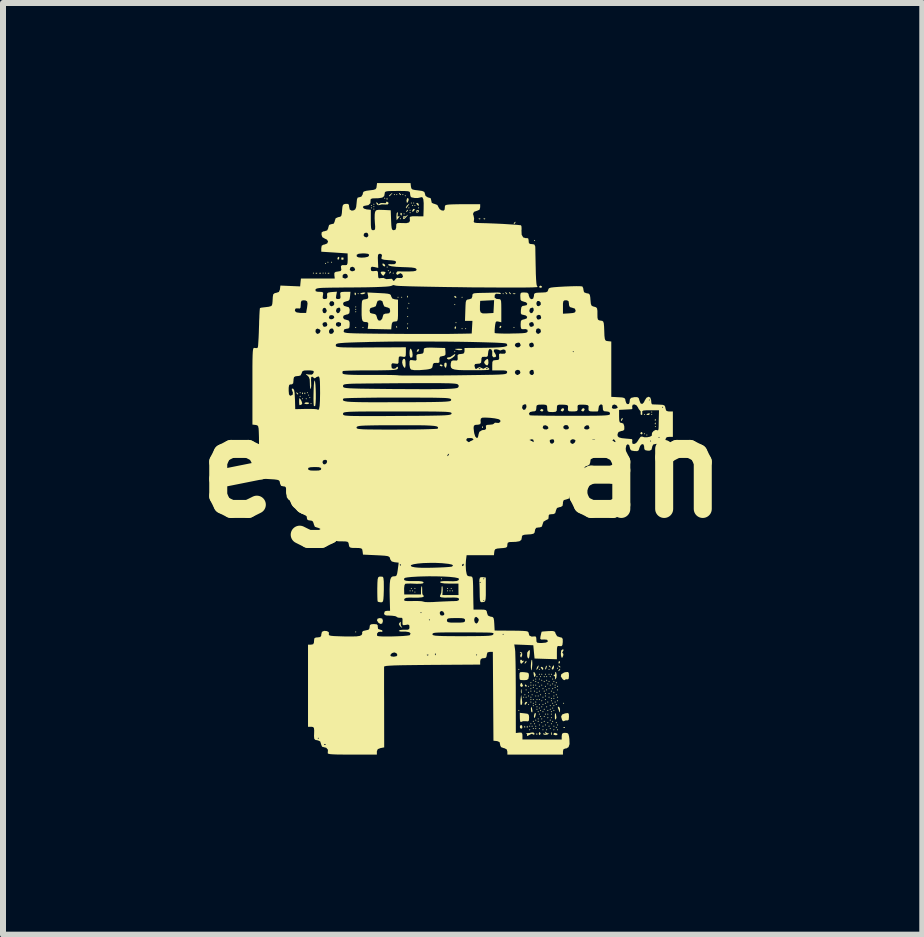
<source format=kicad_pcb>
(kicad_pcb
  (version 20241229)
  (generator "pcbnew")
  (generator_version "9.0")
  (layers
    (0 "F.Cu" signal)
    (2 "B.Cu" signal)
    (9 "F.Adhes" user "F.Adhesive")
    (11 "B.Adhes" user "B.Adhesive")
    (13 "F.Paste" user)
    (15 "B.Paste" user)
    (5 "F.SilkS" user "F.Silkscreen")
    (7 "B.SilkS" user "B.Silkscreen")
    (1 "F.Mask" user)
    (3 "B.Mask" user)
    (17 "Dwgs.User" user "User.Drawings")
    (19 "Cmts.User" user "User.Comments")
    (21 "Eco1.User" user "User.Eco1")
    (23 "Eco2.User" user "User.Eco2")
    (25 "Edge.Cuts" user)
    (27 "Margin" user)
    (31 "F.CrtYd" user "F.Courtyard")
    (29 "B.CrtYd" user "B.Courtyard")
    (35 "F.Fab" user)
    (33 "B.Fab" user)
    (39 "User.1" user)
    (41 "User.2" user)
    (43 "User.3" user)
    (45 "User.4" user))
  (footprint "eggman"
    (layer "F.Cu")
    (at 4.657 4.75)
    (property "Reference" "eggman" (at 0 0 0) (layer "F.SilkS") (effects (font (size 1.5 1.5) (thickness 0.3))))
    (attr board_only exclude_from_pos_files exclude_from_bom)
    (fp_poly (pts (xy -2.697 -1.258) (xy -2.707 -1.248) (xy -2.717 -1.258) (xy -2.707 -1.268)) (stroke (width 0) (type solid)) (fill yes) (layer "F.SilkS"))
    (fp_poly (pts (xy -2.697 -1.198) (xy -2.707 -1.187) (xy -2.717 -1.198) (xy -2.707 -1.208)) (stroke (width 0) (type solid)) (fill yes) (layer "F.SilkS"))
    (fp_poly (pts (xy -2.657 -1.157) (xy -2.667 -1.147) (xy -2.677 -1.157) (xy -2.667 -1.167)) (stroke (width 0) (type solid)) (fill yes) (layer "F.SilkS"))
    (fp_poly (pts (xy -2.596 -1.157) (xy -2.606 -1.147) (xy -2.616 -1.157) (xy -2.606 -1.167)) (stroke (width 0) (type solid)) (fill yes) (layer "F.SilkS"))
    (fp_poly (pts (xy -2.576 -1.258) (xy -2.586 -1.248) (xy -2.596 -1.258) (xy -2.586 -1.268)) (stroke (width 0) (type solid)) (fill yes) (layer "F.SilkS"))
    (fp_poly (pts (xy -2.556 -1.218) (xy -2.566 -1.208) (xy -2.576 -1.218) (xy -2.566 -1.228)) (stroke (width 0) (type solid)) (fill yes) (layer "F.SilkS"))
    (fp_poly (pts (xy -2.536 -1.177) (xy -2.546 -1.167) (xy -2.556 -1.177) (xy -2.546 -1.187)) (stroke (width 0) (type solid)) (fill yes) (layer "F.SilkS"))
    (fp_poly (pts (xy -2.516 -1.077) (xy -2.526 -1.067) (xy -2.536 -1.077) (xy -2.526 -1.087)) (stroke (width 0) (type solid)) (fill yes) (layer "F.SilkS"))
    (fp_poly (pts (xy -2.476 -3.25) (xy -2.486 -3.24) (xy -2.496 -3.25) (xy -2.486 -3.261)) (stroke (width 0) (type solid)) (fill yes) (layer "F.SilkS"))
    (fp_poly (pts (xy -2.315 -3.25) (xy -2.325 -3.24) (xy -2.335 -3.25) (xy -2.325 -3.261)) (stroke (width 0) (type solid)) (fill yes) (layer "F.SilkS"))
    (fp_poly (pts (xy -2.274 -3.411) (xy -2.284 -3.401) (xy -2.294 -3.411) (xy -2.284 -3.422)) (stroke (width 0) (type solid)) (fill yes) (layer "F.SilkS"))
    (fp_poly (pts (xy -2.274 -3.25) (xy -2.284 -3.24) (xy -2.294 -3.25) (xy -2.284 -3.261)) (stroke (width 0) (type solid)) (fill yes) (layer "F.SilkS"))
    (fp_poly (pts (xy -2.234 -3.432) (xy -2.244 -3.422) (xy -2.254 -3.432) (xy -2.244 -3.442)) (stroke (width 0) (type solid)) (fill yes) (layer "F.SilkS"))
    (fp_poly (pts (xy -2.174 -3.432) (xy -2.184 -3.422) (xy -2.194 -3.432) (xy -2.184 -3.442)) (stroke (width 0) (type solid)) (fill yes) (layer "F.SilkS"))
    (fp_poly (pts (xy -1.771 -2.687) (xy -1.781 -2.677) (xy -1.791 -2.687) (xy -1.781 -2.697)) (stroke (width 0) (type solid)) (fill yes) (layer "F.SilkS"))
    (fp_poly (pts (xy -1.771 -2.647) (xy -1.781 -2.637) (xy -1.791 -2.647) (xy -1.781 -2.657)) (stroke (width 0) (type solid)) (fill yes) (layer "F.SilkS"))
    (fp_poly (pts (xy -1.771 -2.606) (xy -1.781 -2.596) (xy -1.791 -2.606) (xy -1.781 -2.616)) (stroke (width 0) (type solid)) (fill yes) (layer "F.SilkS"))
    (fp_poly (pts (xy -1.771 -2.345) (xy -1.781 -2.335) (xy -1.791 -2.345) (xy -1.781 -2.355)) (stroke (width 0) (type solid)) (fill yes) (layer "F.SilkS"))
    (fp_poly (pts (xy -1.771 2.727) (xy -1.781 2.737) (xy -1.791 2.727) (xy -1.781 2.717)) (stroke (width 0) (type solid)) (fill yes) (layer "F.SilkS"))
    (fp_poly (pts (xy -1.731 -2.908) (xy -1.741 -2.898) (xy -1.751 -2.908) (xy -1.741 -2.918)) (stroke (width 0) (type solid)) (fill yes) (layer "F.SilkS"))
    (fp_poly (pts (xy -1.65 -2.345) (xy -1.66 -2.335) (xy -1.671 -2.345) (xy -1.66 -2.355)) (stroke (width 0) (type solid)) (fill yes) (layer "F.SilkS"))
    (fp_poly (pts (xy -1.51 -4.378) (xy -1.52 -4.368) (xy -1.53 -4.378) (xy -1.52 -4.388)) (stroke (width 0) (type solid)) (fill yes) (layer "F.SilkS"))
    (fp_poly (pts (xy -1.51 -4.337) (xy -1.52 -4.327) (xy -1.53 -4.337) (xy -1.52 -4.347)) (stroke (width 0) (type solid)) (fill yes) (layer "F.SilkS"))
    (fp_poly (pts (xy -1.469 -4.398) (xy -1.479 -4.388) (xy -1.489 -4.398) (xy -1.479 -4.408)) (stroke (width 0) (type solid)) (fill yes) (layer "F.SilkS"))
    (fp_poly (pts (xy -1.469 -4.357) (xy -1.479 -4.347) (xy -1.489 -4.357) (xy -1.479 -4.368)) (stroke (width 0) (type solid)) (fill yes) (layer "F.SilkS"))
    (fp_poly (pts (xy -1.469 -4.317) (xy -1.479 -4.307) (xy -1.489 -4.317) (xy -1.479 -4.327)) (stroke (width 0) (type solid)) (fill yes) (layer "F.SilkS"))
    (fp_poly (pts (xy -1.288 -4.498) (xy -1.298 -4.488) (xy -1.308 -4.498) (xy -1.298 -4.508)) (stroke (width 0) (type solid)) (fill yes) (layer "F.SilkS"))
    (fp_poly (pts (xy -1.248 -3.351) (xy -1.258 -3.341) (xy -1.268 -3.351) (xy -1.258 -3.361)) (stroke (width 0) (type solid)) (fill yes) (layer "F.SilkS"))
    (fp_poly (pts (xy -1.228 -3.291) (xy -1.238 -3.281) (xy -1.248 -3.291) (xy -1.238 -3.301)) (stroke (width 0) (type solid)) (fill yes) (layer "F.SilkS"))
    (fp_poly (pts (xy -1.147 -3.25) (xy -1.157 -3.24) (xy -1.167 -3.25) (xy -1.157 -3.261)) (stroke (width 0) (type solid)) (fill yes) (layer "F.SilkS"))
    (fp_poly (pts (xy -1.127 -4.559) (xy -1.137 -4.549) (xy -1.147 -4.559) (xy -1.137 -4.569)) (stroke (width 0) (type solid)) (fill yes) (layer "F.SilkS"))
    (fp_poly (pts (xy -1.087 -4.559) (xy -1.097 -4.549) (xy -1.107 -4.559) (xy -1.097 -4.569)) (stroke (width 0) (type solid)) (fill yes) (layer "F.SilkS"))
    (fp_poly (pts (xy -1.067 -2.848) (xy -1.077 -2.838) (xy -1.087 -2.848) (xy -1.077 -2.858)) (stroke (width 0) (type solid)) (fill yes) (layer "F.SilkS"))
    (fp_poly (pts (xy -1.026 -4.156) (xy -1.037 -4.146) (xy -1.047 -4.156) (xy -1.037 -4.166)) (stroke (width 0) (type solid)) (fill yes) (layer "F.SilkS"))
    (fp_poly (pts (xy -1.006 -2.848) (xy -1.016 -2.838) (xy -1.026 -2.848) (xy -1.016 -2.858)) (stroke (width 0) (type solid)) (fill yes) (layer "F.SilkS"))
    (fp_poly (pts (xy -0.986 -4.559) (xy -0.996 -4.549) (xy -1.006 -4.559) (xy -0.996 -4.569)) (stroke (width 0) (type solid)) (fill yes) (layer "F.SilkS"))
    (fp_poly (pts (xy -0.966 -4.237) (xy -0.976 -4.227) (xy -0.986 -4.237) (xy -0.976 -4.247)) (stroke (width 0) (type solid)) (fill yes) (layer "F.SilkS"))
    (fp_poly (pts (xy -0.946 -4.539) (xy -0.956 -4.529) (xy -0.966 -4.539) (xy -0.956 -4.549)) (stroke (width 0) (type solid)) (fill yes) (layer "F.SilkS"))
    (fp_poly (pts (xy -0.906 -2.667) (xy -0.916 -2.657) (xy -0.926 -2.667) (xy -0.916 -2.677)) (stroke (width 0) (type solid)) (fill yes) (layer "F.SilkS"))
    (fp_poly (pts (xy -0.906 -2.526) (xy -0.916 -2.516) (xy -0.926 -2.526) (xy -0.916 -2.536)) (stroke (width 0) (type solid)) (fill yes) (layer "F.SilkS"))
    (fp_poly (pts (xy -0.906 -2.405) (xy -0.916 -2.395) (xy -0.926 -2.405) (xy -0.916 -2.415)) (stroke (width 0) (type solid)) (fill yes) (layer "F.SilkS"))
    (fp_poly (pts (xy -0.886 -4.337) (xy -0.896 -4.327) (xy -0.906 -4.337) (xy -0.896 -4.347)) (stroke (width 0) (type solid)) (fill yes) (layer "F.SilkS"))
    (fp_poly (pts (xy -0.886 -2.747) (xy -0.896 -2.737) (xy -0.906 -2.747) (xy -0.896 -2.757)) (stroke (width 0) (type solid)) (fill yes) (layer "F.SilkS"))
    (fp_poly (pts (xy -0.865 -4.297) (xy -0.876 -4.287) (xy -0.886 -4.297) (xy -0.876 -4.307)) (stroke (width 0) (type solid)) (fill yes) (layer "F.SilkS"))
    (fp_poly (pts (xy -0.865 -4.257) (xy -0.876 -4.247) (xy -0.886 -4.257) (xy -0.876 -4.267)) (stroke (width 0) (type solid)) (fill yes) (layer "F.SilkS"))
    (fp_poly (pts (xy -0.865 2.043) (xy -0.876 2.053) (xy -0.886 2.043) (xy -0.876 2.033)) (stroke (width 0) (type solid)) (fill yes) (layer "F.SilkS"))
    (fp_poly (pts (xy -0.845 -4.418) (xy -0.855 -4.408) (xy -0.865 -4.418) (xy -0.855 -4.428)) (stroke (width 0) (type solid)) (fill yes) (layer "F.SilkS"))
    (fp_poly (pts (xy -0.845 2.003) (xy -0.855 2.013) (xy -0.865 2.003) (xy -0.855 1.993)) (stroke (width 0) (type solid)) (fill yes) (layer "F.SilkS"))
    (fp_poly (pts (xy -0.825 -4.378) (xy -0.835 -4.368) (xy -0.845 -4.378) (xy -0.835 -4.388)) (stroke (width 0) (type solid)) (fill yes) (layer "F.SilkS"))
    (fp_poly (pts (xy -0.825 2.043) (xy -0.835 2.053) (xy -0.845 2.043) (xy -0.835 2.033)) (stroke (width 0) (type solid)) (fill yes) (layer "F.SilkS"))
    (fp_poly (pts (xy -0.805 -4.418) (xy -0.815 -4.408) (xy -0.825 -4.418) (xy -0.815 -4.428)) (stroke (width 0) (type solid)) (fill yes) (layer "F.SilkS"))
    (fp_poly (pts (xy -0.785 -4.378) (xy -0.795 -4.368) (xy -0.805 -4.378) (xy -0.795 -4.388)) (stroke (width 0) (type solid)) (fill yes) (layer "F.SilkS"))
    (fp_poly (pts (xy -0.785 2.003) (xy -0.795 2.013) (xy -0.805 2.003) (xy -0.795 1.993)) (stroke (width 0) (type solid)) (fill yes) (layer "F.SilkS"))
    (fp_poly (pts (xy -0.785 2.063) (xy -0.795 2.073) (xy -0.805 2.063) (xy -0.795 2.053)) (stroke (width 0) (type solid)) (fill yes) (layer "F.SilkS"))
    (fp_poly (pts (xy -0.725 -4.337) (xy -0.735 -4.327) (xy -0.745 -4.337) (xy -0.735 -4.347)) (stroke (width 0) (type solid)) (fill yes) (layer "F.SilkS"))
    (fp_poly (pts (xy -0.342 1.842) (xy -0.352 1.852) (xy -0.362 1.842) (xy -0.352 1.832)) (stroke (width 0) (type solid)) (fill yes) (layer "F.SilkS"))
    (fp_poly (pts (xy -0.242 2.003) (xy -0.252 2.013) (xy -0.262 2.003) (xy -0.252 1.993)) (stroke (width 0) (type solid)) (fill yes) (layer "F.SilkS"))
    (fp_poly (pts (xy -0.242 2.043) (xy -0.252 2.053) (xy -0.262 2.043) (xy -0.252 2.033)) (stroke (width 0) (type solid)) (fill yes) (layer "F.SilkS"))
    (fp_poly (pts (xy -0.201 2.043) (xy -0.211 2.053) (xy -0.221 2.043) (xy -0.211 2.033)) (stroke (width 0) (type solid)) (fill yes) (layer "F.SilkS"))
    (fp_poly (pts (xy -0.181 2.003) (xy -0.191 2.013) (xy -0.201 2.003) (xy -0.191 1.993)) (stroke (width 0) (type solid)) (fill yes) (layer "F.SilkS"))
    (fp_poly (pts (xy -0.161 2.043) (xy -0.171 2.053) (xy -0.181 2.043) (xy -0.171 2.033)) (stroke (width 0) (type solid)) (fill yes) (layer "F.SilkS"))
    (fp_poly (pts (xy -0.121 -2.727) (xy -0.131 -2.717) (xy -0.141 -2.727) (xy -0.131 -2.737)) (stroke (width 0) (type solid)) (fill yes) (layer "F.SilkS"))
    (fp_poly (pts (xy -0.121 -1.942) (xy -0.131 -1.932) (xy -0.141 -1.942) (xy -0.131 -1.952)) (stroke (width 0) (type solid)) (fill yes) (layer "F.SilkS"))
    (fp_poly (pts (xy -0.101 -2.425) (xy -0.111 -2.415) (xy -0.121 -2.425) (xy -0.111 -2.435)) (stroke (width 0) (type solid)) (fill yes) (layer "F.SilkS"))
    (fp_poly (pts (xy 0 -2.848) (xy -0.01 -2.838) (xy -0.02 -2.848) (xy -0.01 -2.858)) (stroke (width 0) (type solid)) (fill yes) (layer "F.SilkS"))
    (fp_poly (pts (xy 0 -2.325) (xy -0.01 -2.315) (xy -0.02 -2.325) (xy -0.01 -2.335)) (stroke (width 0) (type solid)) (fill yes) (layer "F.SilkS"))
    (fp_poly (pts (xy 0.06 -2.325) (xy 0.05 -2.315) (xy 0.04 -2.325) (xy 0.05 -2.335)) (stroke (width 0) (type solid)) (fill yes) (layer "F.SilkS"))
    (fp_poly (pts (xy 0.684 -2.908) (xy 0.674 -2.898) (xy 0.664 -2.908) (xy 0.674 -2.918)) (stroke (width 0) (type solid)) (fill yes) (layer "F.SilkS"))
    (fp_poly (pts (xy 0.865 -2.345) (xy 0.855 -2.335) (xy 0.845 -2.345) (xy 0.855 -2.355)) (stroke (width 0) (type solid)) (fill yes) (layer "F.SilkS"))
    (fp_poly (pts (xy 0.946 3.351) (xy 0.936 3.361) (xy 0.926 3.351) (xy 0.936 3.341)) (stroke (width 0) (type solid)) (fill yes) (layer "F.SilkS"))
    (fp_poly (pts (xy 0.946 4.035) (xy 0.936 4.045) (xy 0.926 4.035) (xy 0.936 4.025)) (stroke (width 0) (type solid)) (fill yes) (layer "F.SilkS"))
    (fp_poly (pts (xy 1.026 3.814) (xy 1.016 3.824) (xy 1.006 3.814) (xy 1.016 3.804)) (stroke (width 0) (type solid)) (fill yes) (layer "F.SilkS"))
    (fp_poly (pts (xy 1.047 3.774) (xy 1.037 3.784) (xy 1.026 3.774) (xy 1.037 3.764)) (stroke (width 0) (type solid)) (fill yes) (layer "F.SilkS"))
    (fp_poly (pts (xy 1.067 3.693) (xy 1.057 3.703) (xy 1.047 3.693) (xy 1.057 3.683)) (stroke (width 0) (type solid)) (fill yes) (layer "F.SilkS"))
    (fp_poly (pts (xy 1.067 3.814) (xy 1.057 3.824) (xy 1.047 3.814) (xy 1.057 3.804)) (stroke (width 0) (type solid)) (fill yes) (layer "F.SilkS"))
    (fp_poly (pts (xy 1.107 3.633) (xy 1.097 3.643) (xy 1.087 3.633) (xy 1.097 3.623)) (stroke (width 0) (type solid)) (fill yes) (layer "F.SilkS"))
    (fp_poly (pts (xy 1.107 3.734) (xy 1.097 3.744) (xy 1.087 3.734) (xy 1.097 3.723)) (stroke (width 0) (type solid)) (fill yes) (layer "F.SilkS"))
    (fp_poly (pts (xy 1.107 3.794) (xy 1.097 3.804) (xy 1.087 3.794) (xy 1.097 3.784)) (stroke (width 0) (type solid)) (fill yes) (layer "F.SilkS"))
    (fp_poly (pts (xy 1.107 3.935) (xy 1.097 3.945) (xy 1.087 3.935) (xy 1.097 3.925)) (stroke (width 0) (type solid)) (fill yes) (layer "F.SilkS"))
    (fp_poly (pts (xy 1.127 4.297) (xy 1.117 4.307) (xy 1.107 4.297) (xy 1.117 4.287)) (stroke (width 0) (type solid)) (fill yes) (layer "F.SilkS"))
    (fp_poly (pts (xy 1.127 4.357) (xy 1.117 4.368) (xy 1.107 4.357) (xy 1.117 4.347)) (stroke (width 0) (type solid)) (fill yes) (layer "F.SilkS"))
    (fp_poly (pts (xy 1.147 3.573) (xy 1.137 3.583) (xy 1.127 3.573) (xy 1.137 3.562)) (stroke (width 0) (type solid)) (fill yes) (layer "F.SilkS"))
    (fp_poly (pts (xy 1.147 3.613) (xy 1.137 3.623) (xy 1.127 3.613) (xy 1.137 3.603)) (stroke (width 0) (type solid)) (fill yes) (layer "F.SilkS"))
    (fp_poly (pts (xy 1.147 3.673) (xy 1.137 3.683) (xy 1.127 3.673) (xy 1.137 3.663)) (stroke (width 0) (type solid)) (fill yes) (layer "F.SilkS"))
    (fp_poly (pts (xy 1.147 3.713) (xy 1.137 3.723) (xy 1.127 3.713) (xy 1.137 3.703)) (stroke (width 0) (type solid)) (fill yes) (layer "F.SilkS"))
    (fp_poly (pts (xy 1.147 3.814) (xy 1.137 3.824) (xy 1.127 3.814) (xy 1.137 3.804)) (stroke (width 0) (type solid)) (fill yes) (layer "F.SilkS"))
    (fp_poly (pts (xy 1.147 3.854) (xy 1.137 3.864) (xy 1.127 3.854) (xy 1.137 3.844)) (stroke (width 0) (type solid)) (fill yes) (layer "F.SilkS"))
    (fp_poly (pts (xy 1.147 3.895) (xy 1.137 3.905) (xy 1.127 3.895) (xy 1.137 3.884)) (stroke (width 0) (type solid)) (fill yes) (layer "F.SilkS"))
    (fp_poly (pts (xy 1.147 4.257) (xy 1.137 4.267) (xy 1.127 4.257) (xy 1.137 4.247)) (stroke (width 0) (type solid)) (fill yes) (layer "F.SilkS"))
    (fp_poly (pts (xy 1.167 3.774) (xy 1.157 3.784) (xy 1.147 3.774) (xy 1.157 3.764)) (stroke (width 0) (type solid)) (fill yes) (layer "F.SilkS"))
    (fp_poly (pts (xy 1.167 4.297) (xy 1.157 4.307) (xy 1.147 4.297) (xy 1.157 4.287)) (stroke (width 0) (type solid)) (fill yes) (layer "F.SilkS"))
    (fp_poly (pts (xy 1.187 3.532) (xy 1.177 3.542) (xy 1.167 3.532) (xy 1.177 3.522)) (stroke (width 0) (type solid)) (fill yes) (layer "F.SilkS"))
    (fp_poly (pts (xy 1.187 3.613) (xy 1.177 3.623) (xy 1.167 3.613) (xy 1.177 3.603)) (stroke (width 0) (type solid)) (fill yes) (layer "F.SilkS"))
    (fp_poly (pts (xy 1.187 3.653) (xy 1.177 3.663) (xy 1.167 3.653) (xy 1.177 3.643)) (stroke (width 0) (type solid)) (fill yes) (layer "F.SilkS"))
    (fp_poly (pts (xy 1.187 3.854) (xy 1.177 3.864) (xy 1.167 3.854) (xy 1.177 3.844)) (stroke (width 0) (type solid)) (fill yes) (layer "F.SilkS"))
    (fp_poly (pts (xy 1.187 3.915) (xy 1.177 3.925) (xy 1.167 3.915) (xy 1.177 3.905)) (stroke (width 0) (type solid)) (fill yes) (layer "F.SilkS"))
    (fp_poly (pts (xy 1.187 3.955) (xy 1.177 3.965) (xy 1.167 3.955) (xy 1.177 3.945)) (stroke (width 0) (type solid)) (fill yes) (layer "F.SilkS"))
    (fp_poly (pts (xy 1.187 4.217) (xy 1.177 4.227) (xy 1.167 4.217) (xy 1.177 4.206)) (stroke (width 0) (type solid)) (fill yes) (layer "F.SilkS"))
    (fp_poly (pts (xy 1.187 4.337) (xy 1.177 4.347) (xy 1.167 4.337) (xy 1.177 4.327)) (stroke (width 0) (type solid)) (fill yes) (layer "F.SilkS"))
    (fp_poly (pts (xy 1.208 -3.794) (xy 1.198 -3.784) (xy 1.187 -3.794) (xy 1.198 -3.804)) (stroke (width 0) (type solid)) (fill yes) (layer "F.SilkS"))
    (fp_poly (pts (xy 1.208 3.713) (xy 1.198 3.723) (xy 1.187 3.713) (xy 1.198 3.703)) (stroke (width 0) (type solid)) (fill yes) (layer "F.SilkS"))
    (fp_poly (pts (xy 1.208 4.257) (xy 1.198 4.267) (xy 1.187 4.257) (xy 1.198 4.247)) (stroke (width 0) (type solid)) (fill yes) (layer "F.SilkS"))
    (fp_poly (pts (xy 1.228 3.512) (xy 1.218 3.522) (xy 1.208 3.512) (xy 1.218 3.502)) (stroke (width 0) (type solid)) (fill yes) (layer "F.SilkS"))
    (fp_poly (pts (xy 1.228 3.552) (xy 1.218 3.562) (xy 1.208 3.552) (xy 1.218 3.542)) (stroke (width 0) (type solid)) (fill yes) (layer "F.SilkS"))
    (fp_poly (pts (xy 1.228 3.613) (xy 1.218 3.623) (xy 1.208 3.613) (xy 1.218 3.603)) (stroke (width 0) (type solid)) (fill yes) (layer "F.SilkS"))
    (fp_poly (pts (xy 1.228 3.794) (xy 1.218 3.804) (xy 1.208 3.794) (xy 1.218 3.784)) (stroke (width 0) (type solid)) (fill yes) (layer "F.SilkS"))
    (fp_poly (pts (xy 1.228 3.895) (xy 1.218 3.905) (xy 1.208 3.895) (xy 1.218 3.884)) (stroke (width 0) (type solid)) (fill yes) (layer "F.SilkS"))
    (fp_poly (pts (xy 1.228 3.935) (xy 1.218 3.945) (xy 1.208 3.935) (xy 1.218 3.925)) (stroke (width 0) (type solid)) (fill yes) (layer "F.SilkS"))
    (fp_poly (pts (xy 1.228 4.196) (xy 1.218 4.206) (xy 1.208 4.196) (xy 1.218 4.186)) (stroke (width 0) (type solid)) (fill yes) (layer "F.SilkS"))
    (fp_poly (pts (xy 1.228 4.297) (xy 1.218 4.307) (xy 1.208 4.297) (xy 1.218 4.287)) (stroke (width 0) (type solid)) (fill yes) (layer "F.SilkS"))
    (fp_poly (pts (xy 1.228 4.337) (xy 1.218 4.347) (xy 1.208 4.337) (xy 1.218 4.327)) (stroke (width 0) (type solid)) (fill yes) (layer "F.SilkS"))
    (fp_poly (pts (xy 1.248 3.472) (xy 1.238 3.482) (xy 1.228 3.472) (xy 1.238 3.462)) (stroke (width 0) (type solid)) (fill yes) (layer "F.SilkS"))
    (fp_poly (pts (xy 1.248 3.673) (xy 1.238 3.683) (xy 1.228 3.673) (xy 1.238 3.663)) (stroke (width 0) (type solid)) (fill yes) (layer "F.SilkS"))
    (fp_poly (pts (xy 1.248 3.734) (xy 1.238 3.744) (xy 1.228 3.734) (xy 1.238 3.723)) (stroke (width 0) (type solid)) (fill yes) (layer "F.SilkS"))
    (fp_poly (pts (xy 1.248 3.854) (xy 1.238 3.864) (xy 1.228 3.854) (xy 1.238 3.844)) (stroke (width 0) (type solid)) (fill yes) (layer "F.SilkS"))
    (fp_poly (pts (xy 1.248 3.975) (xy 1.238 3.985) (xy 1.228 3.975) (xy 1.238 3.965)) (stroke (width 0) (type solid)) (fill yes) (layer "F.SilkS"))
    (fp_poly (pts (xy 1.248 4.015) (xy 1.238 4.025) (xy 1.228 4.015) (xy 1.238 4.005)) (stroke (width 0) (type solid)) (fill yes) (layer "F.SilkS"))
    (fp_poly (pts (xy 1.268 3.573) (xy 1.258 3.583) (xy 1.248 3.573) (xy 1.258 3.562)) (stroke (width 0) (type solid)) (fill yes) (layer "F.SilkS"))
    (fp_poly (pts (xy 1.268 3.794) (xy 1.258 3.804) (xy 1.248 3.794) (xy 1.258 3.784)) (stroke (width 0) (type solid)) (fill yes) (layer "F.SilkS"))
    (fp_poly (pts (xy 1.268 4.056) (xy 1.258 4.066) (xy 1.248 4.056) (xy 1.258 4.045)) (stroke (width 0) (type solid)) (fill yes) (layer "F.SilkS"))
    (fp_poly (pts (xy 1.268 4.176) (xy 1.258 4.186) (xy 1.248 4.176) (xy 1.258 4.166)) (stroke (width 0) (type solid)) (fill yes) (layer "F.SilkS"))
    (fp_poly (pts (xy 1.268 4.217) (xy 1.258 4.227) (xy 1.248 4.217) (xy 1.258 4.206)) (stroke (width 0) (type solid)) (fill yes) (layer "F.SilkS"))
    (fp_poly (pts (xy 1.288 3.351) (xy 1.278 3.361) (xy 1.268 3.351) (xy 1.278 3.341)) (stroke (width 0) (type solid)) (fill yes) (layer "F.SilkS"))
    (fp_poly (pts (xy 1.288 3.432) (xy 1.278 3.442) (xy 1.268 3.432) (xy 1.278 3.422)) (stroke (width 0) (type solid)) (fill yes) (layer "F.SilkS"))
    (fp_poly (pts (xy 1.288 3.512) (xy 1.278 3.522) (xy 1.268 3.512) (xy 1.278 3.502)) (stroke (width 0) (type solid)) (fill yes) (layer "F.SilkS"))
    (fp_poly (pts (xy 1.288 3.633) (xy 1.278 3.643) (xy 1.268 3.633) (xy 1.278 3.623)) (stroke (width 0) (type solid)) (fill yes) (layer "F.SilkS"))
    (fp_poly (pts (xy 1.288 3.713) (xy 1.278 3.723) (xy 1.268 3.713) (xy 1.278 3.703)) (stroke (width 0) (type solid)) (fill yes) (layer "F.SilkS"))
    (fp_poly (pts (xy 1.288 3.854) (xy 1.278 3.864) (xy 1.268 3.854) (xy 1.278 3.844)) (stroke (width 0) (type solid)) (fill yes) (layer "F.SilkS"))
    (fp_poly (pts (xy 1.288 3.935) (xy 1.278 3.945) (xy 1.268 3.935) (xy 1.278 3.925)) (stroke (width 0) (type solid)) (fill yes) (layer "F.SilkS"))
    (fp_poly (pts (xy 1.288 3.995) (xy 1.278 4.005) (xy 1.268 3.995) (xy 1.278 3.985)) (stroke (width 0) (type solid)) (fill yes) (layer "F.SilkS"))
    (fp_poly (pts (xy 1.288 4.096) (xy 1.278 4.106) (xy 1.268 4.096) (xy 1.278 4.086)) (stroke (width 0) (type solid)) (fill yes) (layer "F.SilkS"))
    (fp_poly (pts (xy 1.288 4.277) (xy 1.278 4.287) (xy 1.268 4.277) (xy 1.278 4.267)) (stroke (width 0) (type solid)) (fill yes) (layer "F.SilkS"))
    (fp_poly (pts (xy 1.288 4.337) (xy 1.278 4.347) (xy 1.268 4.337) (xy 1.278 4.327)) (stroke (width 0) (type solid)) (fill yes) (layer "F.SilkS"))
    (fp_poly (pts (xy 1.308 3.472) (xy 1.298 3.482) (xy 1.288 3.472) (xy 1.298 3.462)) (stroke (width 0) (type solid)) (fill yes) (layer "F.SilkS"))
    (fp_poly (pts (xy 1.308 3.774) (xy 1.298 3.784) (xy 1.288 3.774) (xy 1.298 3.764)) (stroke (width 0) (type solid)) (fill yes) (layer "F.SilkS"))
    (fp_poly (pts (xy 1.308 4.035) (xy 1.298 4.045) (xy 1.288 4.035) (xy 1.298 4.025)) (stroke (width 0) (type solid)) (fill yes) (layer "F.SilkS"))
    (fp_poly (pts (xy 1.308 4.136) (xy 1.298 4.146) (xy 1.288 4.136) (xy 1.298 4.126)) (stroke (width 0) (type solid)) (fill yes) (layer "F.SilkS"))
    (fp_poly (pts (xy 1.328 3.432) (xy 1.318 3.442) (xy 1.308 3.432) (xy 1.318 3.422)) (stroke (width 0) (type solid)) (fill yes) (layer "F.SilkS"))
    (fp_poly (pts (xy 1.328 3.532) (xy 1.318 3.542) (xy 1.308 3.532) (xy 1.318 3.522)) (stroke (width 0) (type solid)) (fill yes) (layer "F.SilkS"))
    (fp_poly (pts (xy 1.328 3.613) (xy 1.318 3.623) (xy 1.308 3.613) (xy 1.318 3.603)) (stroke (width 0) (type solid)) (fill yes) (layer "F.SilkS"))
    (fp_poly (pts (xy 1.328 3.874) (xy 1.318 3.884) (xy 1.308 3.874) (xy 1.318 3.864)) (stroke (width 0) (type solid)) (fill yes) (layer "F.SilkS"))
    (fp_poly (pts (xy 1.328 3.975) (xy 1.318 3.985) (xy 1.308 3.975) (xy 1.318 3.965)) (stroke (width 0) (type solid)) (fill yes) (layer "F.SilkS"))
    (fp_poly (pts (xy 1.328 4.176) (xy 1.318 4.186) (xy 1.308 4.176) (xy 1.318 4.166)) (stroke (width 0) (type solid)) (fill yes) (layer "F.SilkS"))
    (fp_poly (pts (xy 1.328 4.237) (xy 1.318 4.247) (xy 1.308 4.237) (xy 1.318 4.227)) (stroke (width 0) (type solid)) (fill yes) (layer "F.SilkS"))
    (fp_poly (pts (xy 1.348 3.673) (xy 1.338 3.683) (xy 1.328 3.673) (xy 1.338 3.663)) (stroke (width 0) (type solid)) (fill yes) (layer "F.SilkS"))
    (fp_poly (pts (xy 1.348 3.814) (xy 1.338 3.824) (xy 1.328 3.814) (xy 1.338 3.804)) (stroke (width 0) (type solid)) (fill yes) (layer "F.SilkS"))
    (fp_poly (pts (xy 1.348 3.935) (xy 1.338 3.945) (xy 1.328 3.935) (xy 1.338 3.925)) (stroke (width 0) (type solid)) (fill yes) (layer "F.SilkS"))
    (fp_poly (pts (xy 1.348 4.056) (xy 1.338 4.066) (xy 1.328 4.056) (xy 1.338 4.045)) (stroke (width 0) (type solid)) (fill yes) (layer "F.SilkS"))
    (fp_poly (pts (xy 1.348 4.297) (xy 1.338 4.307) (xy 1.328 4.297) (xy 1.338 4.287)) (stroke (width 0) (type solid)) (fill yes) (layer "F.SilkS"))
    (fp_poly (pts (xy 1.348 4.357) (xy 1.338 4.368) (xy 1.328 4.357) (xy 1.338 4.347)) (stroke (width 0) (type solid)) (fill yes) (layer "F.SilkS"))
    (fp_poly (pts (xy 1.369 3.472) (xy 1.359 3.482) (xy 1.348 3.472) (xy 1.359 3.462)) (stroke (width 0) (type solid)) (fill yes) (layer "F.SilkS"))
    (fp_poly (pts (xy 1.369 3.552) (xy 1.359 3.562) (xy 1.348 3.552) (xy 1.359 3.542)) (stroke (width 0) (type solid)) (fill yes) (layer "F.SilkS"))
    (fp_poly (pts (xy 1.369 3.713) (xy 1.359 3.723) (xy 1.348 3.713) (xy 1.359 3.703)) (stroke (width 0) (type solid)) (fill yes) (layer "F.SilkS"))
    (fp_poly (pts (xy 1.369 4.015) (xy 1.359 4.025) (xy 1.348 4.015) (xy 1.359 4.005)) (stroke (width 0) (type solid)) (fill yes) (layer "F.SilkS"))
    (fp_poly (pts (xy 1.369 4.136) (xy 1.359 4.146) (xy 1.348 4.136) (xy 1.359 4.126)) (stroke (width 0) (type solid)) (fill yes) (layer "F.SilkS"))
    (fp_poly (pts (xy 1.369 4.217) (xy 1.359 4.227) (xy 1.348 4.217) (xy 1.359 4.206)) (stroke (width 0) (type solid)) (fill yes) (layer "F.SilkS"))
    (fp_poly (pts (xy 1.389 3.432) (xy 1.379 3.442) (xy 1.369 3.432) (xy 1.379 3.422)) (stroke (width 0) (type solid)) (fill yes) (layer "F.SilkS"))
    (fp_poly (pts (xy 1.389 3.633) (xy 1.379 3.643) (xy 1.369 3.633) (xy 1.379 3.623)) (stroke (width 0) (type solid)) (fill yes) (layer "F.SilkS"))
    (fp_poly (pts (xy 1.389 3.754) (xy 1.379 3.764) (xy 1.369 3.754) (xy 1.379 3.744)) (stroke (width 0) (type solid)) (fill yes) (layer "F.SilkS"))
    (fp_poly (pts (xy 1.389 3.794) (xy 1.379 3.804) (xy 1.369 3.794) (xy 1.379 3.784)) (stroke (width 0) (type solid)) (fill yes) (layer "F.SilkS"))
    (fp_poly (pts (xy 1.389 3.854) (xy 1.379 3.864) (xy 1.369 3.854) (xy 1.379 3.844)) (stroke (width 0) (type solid)) (fill yes) (layer "F.SilkS"))
    (fp_poly (pts (xy 1.389 3.915) (xy 1.379 3.925) (xy 1.369 3.915) (xy 1.379 3.905)) (stroke (width 0) (type solid)) (fill yes) (layer "F.SilkS"))
    (fp_poly (pts (xy 1.389 4.096) (xy 1.379 4.106) (xy 1.369 4.096) (xy 1.379 4.086)) (stroke (width 0) (type solid)) (fill yes) (layer "F.SilkS"))
    (fp_poly (pts (xy 1.389 4.277) (xy 1.379 4.287) (xy 1.369 4.277) (xy 1.379 4.267)) (stroke (width 0) (type solid)) (fill yes) (layer "F.SilkS"))
    (fp_poly (pts (xy 1.409 3.472) (xy 1.399 3.482) (xy 1.389 3.472) (xy 1.399 3.462)) (stroke (width 0) (type solid)) (fill yes) (layer "F.SilkS"))
    (fp_poly (pts (xy 1.409 3.532) (xy 1.399 3.542) (xy 1.389 3.532) (xy 1.399 3.522)) (stroke (width 0) (type solid)) (fill yes) (layer "F.SilkS"))
    (fp_poly (pts (xy 1.409 3.693) (xy 1.399 3.703) (xy 1.389 3.693) (xy 1.399 3.683)) (stroke (width 0) (type solid)) (fill yes) (layer "F.SilkS"))
    (fp_poly (pts (xy 1.409 3.975) (xy 1.399 3.985) (xy 1.389 3.975) (xy 1.399 3.965)) (stroke (width 0) (type solid)) (fill yes) (layer "F.SilkS"))
    (fp_poly (pts (xy 1.409 4.357) (xy 1.399 4.368) (xy 1.389 4.357) (xy 1.399 4.347)) (stroke (width 0) (type solid)) (fill yes) (layer "F.SilkS"))
    (fp_poly (pts (xy 1.429 3.593) (xy 1.419 3.603) (xy 1.409 3.593) (xy 1.419 3.583)) (stroke (width 0) (type solid)) (fill yes) (layer "F.SilkS"))
    (fp_poly (pts (xy 1.429 3.895) (xy 1.419 3.905) (xy 1.409 3.895) (xy 1.419 3.884)) (stroke (width 0) (type solid)) (fill yes) (layer "F.SilkS"))
    (fp_poly (pts (xy 1.429 4.035) (xy 1.419 4.045) (xy 1.409 4.035) (xy 1.419 4.025)) (stroke (width 0) (type solid)) (fill yes) (layer "F.SilkS"))
    (fp_poly (pts (xy 1.429 4.096) (xy 1.419 4.106) (xy 1.409 4.096) (xy 1.419 4.086)) (stroke (width 0) (type solid)) (fill yes) (layer "F.SilkS"))
    (fp_poly (pts (xy 1.429 4.156) (xy 1.419 4.166) (xy 1.409 4.156) (xy 1.419 4.146)) (stroke (width 0) (type solid)) (fill yes) (layer "F.SilkS"))
    (fp_poly (pts (xy 1.429 4.237) (xy 1.419 4.247) (xy 1.409 4.237) (xy 1.419 4.227)) (stroke (width 0) (type solid)) (fill yes) (layer "F.SilkS"))
    (fp_poly (pts (xy 1.449 3.351) (xy 1.439 3.361) (xy 1.429 3.351) (xy 1.439 3.341)) (stroke (width 0) (type solid)) (fill yes) (layer "F.SilkS"))
    (fp_poly (pts (xy 1.449 3.432) (xy 1.439 3.442) (xy 1.429 3.432) (xy 1.439 3.422)) (stroke (width 0) (type solid)) (fill yes) (layer "F.SilkS"))
    (fp_poly (pts (xy 1.449 3.552) (xy 1.439 3.562) (xy 1.429 3.552) (xy 1.439 3.542)) (stroke (width 0) (type solid)) (fill yes) (layer "F.SilkS"))
    (fp_poly (pts (xy 1.449 3.673) (xy 1.439 3.683) (xy 1.429 3.673) (xy 1.439 3.663)) (stroke (width 0) (type solid)) (fill yes) (layer "F.SilkS"))
    (fp_poly (pts (xy 1.449 3.754) (xy 1.439 3.764) (xy 1.429 3.754) (xy 1.439 3.744)) (stroke (width 0) (type solid)) (fill yes) (layer "F.SilkS"))
    (fp_poly (pts (xy 1.449 3.814) (xy 1.439 3.824) (xy 1.429 3.814) (xy 1.439 3.804)) (stroke (width 0) (type solid)) (fill yes) (layer "F.SilkS"))
    (fp_poly (pts (xy 1.449 4.297) (xy 1.439 4.307) (xy 1.429 4.297) (xy 1.439 4.287)) (stroke (width 0) (type solid)) (fill yes) (layer "F.SilkS"))
    (fp_poly (pts (xy 1.469 3.472) (xy 1.459 3.482) (xy 1.449 3.472) (xy 1.459 3.462)) (stroke (width 0) (type solid)) (fill yes) (layer "F.SilkS"))
    (fp_poly (pts (xy 1.469 3.613) (xy 1.459 3.623) (xy 1.449 3.613) (xy 1.459 3.603)) (stroke (width 0) (type solid)) (fill yes) (layer "F.SilkS"))
    (fp_poly (pts (xy 1.469 3.955) (xy 1.459 3.965) (xy 1.449 3.955) (xy 1.459 3.945)) (stroke (width 0) (type solid)) (fill yes) (layer "F.SilkS"))
    (fp_poly (pts (xy 1.469 4.015) (xy 1.459 4.025) (xy 1.449 4.015) (xy 1.459 4.005)) (stroke (width 0) (type solid)) (fill yes) (layer "F.SilkS"))
    (fp_poly (pts (xy 1.469 4.196) (xy 1.459 4.206) (xy 1.449 4.196) (xy 1.459 4.186)) (stroke (width 0) (type solid)) (fill yes) (layer "F.SilkS"))
    (fp_poly (pts (xy 1.469 4.337) (xy 1.459 4.347) (xy 1.449 4.337) (xy 1.459 4.327)) (stroke (width 0) (type solid)) (fill yes) (layer "F.SilkS"))
    (fp_poly (pts (xy 1.489 3.432) (xy 1.479 3.442) (xy 1.469 3.432) (xy 1.479 3.422)) (stroke (width 0) (type solid)) (fill yes) (layer "F.SilkS"))
    (fp_poly (pts (xy 1.489 3.713) (xy 1.479 3.723) (xy 1.469 3.713) (xy 1.479 3.703)) (stroke (width 0) (type solid)) (fill yes) (layer "F.SilkS"))
    (fp_poly (pts (xy 1.489 3.834) (xy 1.479 3.844) (xy 1.469 3.834) (xy 1.479 3.824)) (stroke (width 0) (type solid)) (fill yes) (layer "F.SilkS"))
    (fp_poly (pts (xy 1.489 3.874) (xy 1.479 3.884) (xy 1.469 3.874) (xy 1.479 3.864)) (stroke (width 0) (type solid)) (fill yes) (layer "F.SilkS"))
    (fp_poly (pts (xy 1.489 4.056) (xy 1.479 4.066) (xy 1.469 4.056) (xy 1.479 4.045)) (stroke (width 0) (type solid)) (fill yes) (layer "F.SilkS"))
    (fp_poly (pts (xy 1.489 4.096) (xy 1.479 4.106) (xy 1.469 4.096) (xy 1.479 4.086)) (stroke (width 0) (type solid)) (fill yes) (layer "F.SilkS"))
    (fp_poly (pts (xy 1.489 4.156) (xy 1.479 4.166) (xy 1.469 4.156) (xy 1.479 4.146)) (stroke (width 0) (type solid)) (fill yes) (layer "F.SilkS"))
    (fp_poly (pts (xy 1.489 4.257) (xy 1.479 4.267) (xy 1.469 4.257) (xy 1.479 4.247)) (stroke (width 0) (type solid)) (fill yes) (layer "F.SilkS"))
    (fp_poly (pts (xy 1.51 3.512) (xy 1.499 3.522) (xy 1.489 3.512) (xy 1.499 3.502)) (stroke (width 0) (type solid)) (fill yes) (layer "F.SilkS"))
    (fp_poly (pts (xy 1.51 3.593) (xy 1.499 3.603) (xy 1.489 3.593) (xy 1.499 3.583)) (stroke (width 0) (type solid)) (fill yes) (layer "F.SilkS"))
    (fp_poly (pts (xy 1.51 3.673) (xy 1.499 3.683) (xy 1.489 3.673) (xy 1.499 3.663)) (stroke (width 0) (type solid)) (fill yes) (layer "F.SilkS"))
    (fp_poly (pts (xy 1.51 3.915) (xy 1.499 3.925) (xy 1.489 3.915) (xy 1.499 3.905)) (stroke (width 0) (type solid)) (fill yes) (layer "F.SilkS"))
    (fp_poly (pts (xy 1.51 3.995) (xy 1.499 4.005) (xy 1.489 3.995) (xy 1.499 3.985)) (stroke (width 0) (type solid)) (fill yes) (layer "F.SilkS"))
    (fp_poly (pts (xy 1.51 4.217) (xy 1.499 4.227) (xy 1.489 4.217) (xy 1.499 4.206)) (stroke (width 0) (type solid)) (fill yes) (layer "F.SilkS"))
    (fp_poly (pts (xy 1.53 3.552) (xy 1.52 3.562) (xy 1.51 3.552) (xy 1.52 3.542)) (stroke (width 0) (type solid)) (fill yes) (layer "F.SilkS"))
    (fp_poly (pts (xy 1.53 3.734) (xy 1.52 3.744) (xy 1.51 3.734) (xy 1.52 3.723)) (stroke (width 0) (type solid)) (fill yes) (layer "F.SilkS"))
    (fp_poly (pts (xy 1.53 3.794) (xy 1.52 3.804) (xy 1.51 3.794) (xy 1.52 3.784)) (stroke (width 0) (type solid)) (fill yes) (layer "F.SilkS"))
    (fp_poly (pts (xy 1.53 3.834) (xy 1.52 3.844) (xy 1.51 3.834) (xy 1.52 3.824)) (stroke (width 0) (type solid)) (fill yes) (layer "F.SilkS"))
    (fp_poly (pts (xy 1.53 3.955) (xy 1.52 3.965) (xy 1.51 3.955) (xy 1.52 3.945)) (stroke (width 0) (type solid)) (fill yes) (layer "F.SilkS"))
    (fp_poly (pts (xy 1.53 4.035) (xy 1.52 4.045) (xy 1.51 4.035) (xy 1.52 4.025)) (stroke (width 0) (type solid)) (fill yes) (layer "F.SilkS"))
    (fp_poly (pts (xy 1.53 4.297) (xy 1.52 4.307) (xy 1.51 4.297) (xy 1.52 4.287)) (stroke (width 0) (type solid)) (fill yes) (layer "F.SilkS"))
    (fp_poly (pts (xy 1.53 4.357) (xy 1.52 4.368) (xy 1.51 4.357) (xy 1.52 4.347)) (stroke (width 0) (type solid)) (fill yes) (layer "F.SilkS"))
    (fp_poly (pts (xy 1.55 3.613) (xy 1.54 3.623) (xy 1.53 3.613) (xy 1.54 3.603)) (stroke (width 0) (type solid)) (fill yes) (layer "F.SilkS"))
    (fp_poly (pts (xy 1.55 3.653) (xy 1.54 3.663) (xy 1.53 3.653) (xy 1.54 3.643)) (stroke (width 0) (type solid)) (fill yes) (layer "F.SilkS"))
    (fp_poly (pts (xy 1.55 3.895) (xy 1.54 3.905) (xy 1.53 3.895) (xy 1.54 3.884)) (stroke (width 0) (type solid)) (fill yes) (layer "F.SilkS"))
    (fp_poly (pts (xy 1.57 3.573) (xy 1.56 3.583) (xy 1.55 3.573) (xy 1.56 3.562)) (stroke (width 0) (type solid)) (fill yes) (layer "F.SilkS"))
    (fp_poly (pts (xy 1.57 3.774) (xy 1.56 3.784) (xy 1.55 3.774) (xy 1.56 3.764)) (stroke (width 0) (type solid)) (fill yes) (layer "F.SilkS"))
    (fp_poly (pts (xy 1.57 3.935) (xy 1.56 3.945) (xy 1.55 3.935) (xy 1.56 3.925)) (stroke (width 0) (type solid)) (fill yes) (layer "F.SilkS"))
    (fp_poly (pts (xy 1.57 4.237) (xy 1.56 4.247) (xy 1.55 4.237) (xy 1.56 4.227)) (stroke (width 0) (type solid)) (fill yes) (layer "F.SilkS"))
    (fp_poly (pts (xy 1.57 4.317) (xy 1.56 4.327) (xy 1.55 4.317) (xy 1.56 4.307)) (stroke (width 0) (type solid)) (fill yes) (layer "F.SilkS"))
    (fp_poly (pts (xy 1.59 3.331) (xy 1.58 3.341) (xy 1.57 3.331) (xy 1.58 3.321)) (stroke (width 0) (type solid)) (fill yes) (layer "F.SilkS"))
    (fp_poly (pts (xy 1.59 3.633) (xy 1.58 3.643) (xy 1.57 3.633) (xy 1.58 3.623)) (stroke (width 0) (type solid)) (fill yes) (layer "F.SilkS"))
    (fp_poly (pts (xy 1.59 3.693) (xy 1.58 3.703) (xy 1.57 3.693) (xy 1.58 3.683)) (stroke (width 0) (type solid)) (fill yes) (layer "F.SilkS"))
    (fp_poly (pts (xy 1.59 3.814) (xy 1.58 3.824) (xy 1.57 3.814) (xy 1.58 3.804)) (stroke (width 0) (type solid)) (fill yes) (layer "F.SilkS"))
    (fp_poly (pts (xy 1.59 3.874) (xy 1.58 3.884) (xy 1.57 3.874) (xy 1.58 3.864)) (stroke (width 0) (type solid)) (fill yes) (layer "F.SilkS"))
    (fp_poly (pts (xy 1.59 4.277) (xy 1.58 4.287) (xy 1.57 4.277) (xy 1.58 4.267)) (stroke (width 0) (type solid)) (fill yes) (layer "F.SilkS"))
    (fp_poly (pts (xy 1.59 4.357) (xy 1.58 4.368) (xy 1.57 4.357) (xy 1.58 4.347)) (stroke (width 0) (type solid)) (fill yes) (layer "F.SilkS"))
    (fp_poly (pts (xy 1.691 3.915) (xy 1.681 3.925) (xy 1.671 3.915) (xy 1.681 3.905)) (stroke (width 0) (type solid)) (fill yes) (layer "F.SilkS"))
    (fp_poly (pts (xy 3.039 -0.896) (xy 3.029 -0.886) (xy 3.019 -0.896) (xy 3.029 -0.906)) (stroke (width 0) (type solid)) (fill yes) (layer "F.SilkS"))
    (fp_poly (pts (xy 3.039 -0.574) (xy 3.029 -0.564) (xy 3.019 -0.574) (xy 3.029 -0.584)) (stroke (width 0) (type solid)) (fill yes) (layer "F.SilkS"))
    (fp_poly (pts (xy 3.079 -0.553) (xy 3.069 -0.543) (xy 3.059 -0.553) (xy 3.069 -0.564)) (stroke (width 0) (type solid)) (fill yes) (layer "F.SilkS"))
    (fp_poly (pts (xy 3.16 -0.936) (xy 3.15 -0.926) (xy 3.14 -0.936) (xy 3.15 -0.946)) (stroke (width 0) (type solid)) (fill yes) (layer "F.SilkS"))
    (fp_poly (pts (xy 3.16 -0.896) (xy 3.15 -0.886) (xy 3.14 -0.896) (xy 3.15 -0.906)) (stroke (width 0) (type solid)) (fill yes) (layer "F.SilkS"))
    (fp_poly (pts (xy 3.22 -0.694) (xy 3.21 -0.684) (xy 3.2 -0.694) (xy 3.21 -0.704)) (stroke (width 0) (type solid)) (fill yes) (layer "F.SilkS"))
    (fp_poly (pts (xy -2.663 -1.261) (xy -2.661 -1.237) (xy -2.663 -1.234) (xy -2.675 -1.237) (xy -2.677 -1.248) (xy -2.669 -1.264)) (stroke (width 0) (type solid)) (fill yes) (layer "F.SilkS"))
    (fp_poly (pts (xy -2.623 -1.261) (xy -2.621 -1.237) (xy -2.623 -1.234) (xy -2.635 -1.237) (xy -2.637 -1.248) (xy -2.629 -1.264)) (stroke (width 0) (type solid)) (fill yes) (layer "F.SilkS"))
    (fp_poly (pts (xy -2.422 -3.254) (xy -2.425 -3.242) (xy -2.435 -3.24) (xy -2.452 -3.248) (xy -2.449 -3.254) (xy -2.425 -3.256)) (stroke (width 0) (type solid)) (fill yes) (layer "F.SilkS"))
    (fp_poly (pts (xy -2.362 -3.254) (xy -2.364 -3.242) (xy -2.375 -3.24) (xy -2.392 -3.248) (xy -2.388 -3.254) (xy -2.364 -3.256)) (stroke (width 0) (type solid)) (fill yes) (layer "F.SilkS"))
    (fp_poly (pts (xy -2.221 -3.254) (xy -2.223 -3.242) (xy -2.234 -3.24) (xy -2.251 -3.248) (xy -2.247 -3.254) (xy -2.224 -3.256)) (stroke (width 0) (type solid)) (fill yes) (layer "F.SilkS"))
    (fp_poly (pts (xy -1.255 -4.502) (xy -1.252 -4.478) (xy -1.255 -4.475) (xy -1.267 -4.478) (xy -1.268 -4.488) (xy -1.261 -4.505)) (stroke (width 0) (type solid)) (fill yes) (layer "F.SilkS"))
    (fp_poly (pts (xy -1.094 -2.368) (xy -1.091 -2.344) (xy -1.094 -2.341) (xy -1.106 -2.344) (xy -1.107 -2.355) (xy -1.1 -2.371)) (stroke (width 0) (type solid)) (fill yes) (layer "F.SilkS"))
    (fp_poly (pts (xy -0.912 -2.871) (xy -0.91 -2.848) (xy -0.912 -2.845) (xy -0.924 -2.847) (xy -0.926 -2.858) (xy -0.918 -2.875)) (stroke (width 0) (type solid)) (fill yes) (layer "F.SilkS"))
    (fp_poly (pts (xy -0.912 -2.348) (xy -0.91 -2.324) (xy -0.912 -2.321) (xy -0.924 -2.324) (xy -0.926 -2.335) (xy -0.918 -2.351)) (stroke (width 0) (type solid)) (fill yes) (layer "F.SilkS"))
    (fp_poly (pts (xy 0.295 -4.16) (xy 0.292 -4.148) (xy 0.282 -4.146) (xy 0.265 -4.153) (xy 0.268 -4.16) (xy 0.292 -4.162)) (stroke (width 0) (type solid)) (fill yes) (layer "F.SilkS"))
    (fp_poly (pts (xy 0.335 -0.698) (xy 0.338 -0.674) (xy 0.335 -0.671) (xy 0.323 -0.674) (xy 0.322 -0.684) (xy 0.329 -0.701)) (stroke (width 0) (type solid)) (fill yes) (layer "F.SilkS"))
    (fp_poly (pts (xy 0.376 -4.16) (xy 0.373 -4.148) (xy 0.362 -4.146) (xy 0.346 -4.153) (xy 0.349 -4.16) (xy 0.373 -4.162)) (stroke (width 0) (type solid)) (fill yes) (layer "F.SilkS"))
    (fp_poly (pts (xy 0.88 -2.91) (xy 0.874 -2.901) (xy 0.854 -2.9) (xy 0.832 -2.905) (xy 0.842 -2.912) (xy 0.873 -2.914)) (stroke (width 0) (type solid)) (fill yes) (layer "F.SilkS"))
    (fp_poly (pts (xy 1.04 4.294) (xy 1.042 4.318) (xy 1.04 4.321) (xy 1.028 4.318) (xy 1.026 4.307) (xy 1.034 4.291)) (stroke (width 0) (type solid)) (fill yes) (layer "F.SilkS"))
    (fp_poly (pts (xy 1.08 4.294) (xy 1.083 4.318) (xy 1.08 4.321) (xy 1.068 4.318) (xy 1.067 4.307) (xy 1.074 4.291)) (stroke (width 0) (type solid)) (fill yes) (layer "F.SilkS"))
    (fp_poly (pts (xy 1.241 4.414) (xy 1.244 4.438) (xy 1.241 4.441) (xy 1.229 4.439) (xy 1.228 4.428) (xy 1.235 4.411)) (stroke (width 0) (type solid)) (fill yes) (layer "F.SilkS"))
    (fp_poly (pts (xy 1.483 4.404) (xy 1.485 4.435) (xy 1.481 4.443) (xy 1.472 4.437) (xy 1.471 4.416) (xy 1.476 4.395)) (stroke (width 0) (type solid)) (fill yes) (layer "F.SilkS"))
    (fp_poly (pts (xy 1.704 4.314) (xy 1.701 4.326) (xy 1.691 4.327) (xy 1.674 4.32) (xy 1.677 4.314) (xy 1.701 4.311)) (stroke (width 0) (type solid)) (fill yes) (layer "F.SilkS"))
    (fp_poly (pts (xy 3.214 -0.818) (xy 3.216 -0.795) (xy 3.214 -0.792) (xy 3.202 -0.794) (xy 3.2 -0.805) (xy 3.208 -0.822)) (stroke (width 0) (type solid)) (fill yes) (layer "F.SilkS"))
    (fp_poly (pts (xy 3.214 -0.758) (xy 3.216 -0.734) (xy 3.214 -0.731) (xy 3.202 -0.734) (xy 3.2 -0.745) (xy 3.208 -0.761)) (stroke (width 0) (type solid)) (fill yes) (layer "F.SilkS"))
    (fp_poly (pts (xy -2.76 -1.26) (xy -2.739 -1.24) (xy -2.743 -1.228) (xy -2.746 -1.228) (xy -2.763 -1.242) (xy -2.769 -1.251) (xy -2.772 -1.265)) (stroke (width 0) (type solid)) (fill yes) (layer "F.SilkS"))
    (fp_poly (pts (xy -1.78 -2.92) (xy -1.778 -2.907) (xy -1.782 -2.88) (xy -1.797 -2.891) (xy -1.8 -2.897) (xy -1.799 -2.922) (xy -1.795 -2.926)) (stroke (width 0) (type solid)) (fill yes) (layer "F.SilkS"))
    (fp_poly (pts (xy -1.317 -3.408) (xy -1.293 -3.389) (xy -1.29 -3.368) (xy -1.306 -3.361) (xy -1.328 -3.377) (xy -1.335 -3.39) (xy -1.334 -3.411)) (stroke (width 0) (type solid)) (fill yes) (layer "F.SilkS"))
    (fp_poly (pts (xy -1.05 -4.581) (xy -1.028 -4.562) (xy -1.026 -4.558) (xy -1.036 -4.549) (xy -1.056 -4.568) (xy -1.059 -4.572) (xy -1.061 -4.586)) (stroke (width 0) (type solid)) (fill yes) (layer "F.SilkS"))
    (fp_poly (pts (xy -1.015 -4.249) (xy -1.013 -4.236) (xy -1.017 -4.208) (xy -1.032 -4.22) (xy -1.036 -4.225) (xy -1.035 -4.251) (xy -1.03 -4.255)) (stroke (width 0) (type solid)) (fill yes) (layer "F.SilkS"))
    (fp_poly (pts (xy -0.899 -4.486) (xy -0.901 -4.464) (xy -0.916 -4.426) (xy -0.93 -4.424) (xy -0.936 -4.457) (xy -0.927 -4.492) (xy -0.913 -4.502)) (stroke (width 0) (type solid)) (fill yes) (layer "F.SilkS"))
    (fp_poly (pts (xy -0.117 -2.363) (xy -0.109 -2.339) (xy -0.112 -2.333) (xy -0.128 -2.316) (xy -0.134 -2.336) (xy -0.134 -2.344) (xy -0.125 -2.364)) (stroke (width 0) (type solid)) (fill yes) (layer "F.SilkS"))
    (fp_poly (pts (xy 0.721 -2.93) (xy 0.743 -2.91) (xy 0.739 -2.898) (xy 0.736 -2.898) (xy 0.719 -2.913) (xy 0.713 -2.921) (xy 0.71 -2.935)) (stroke (width 0) (type solid)) (fill yes) (layer "F.SilkS"))
    (fp_poly (pts (xy 0.782 -2.93) (xy 0.803 -2.91) (xy 0.799 -2.898) (xy 0.796 -2.898) (xy 0.779 -2.913) (xy 0.773 -2.921) (xy 0.771 -2.935)) (stroke (width 0) (type solid)) (fill yes) (layer "F.SilkS"))
    (fp_poly (pts (xy 0.993 4.295) (xy 0.994 4.327) (xy 0.976 4.34) (xy 0.955 4.326) (xy 0.954 4.294) (xy 0.961 4.284) (xy 0.983 4.279)) (stroke (width 0) (type solid)) (fill yes) (layer "F.SilkS"))
    (fp_poly (pts (xy 1.061 3.231) (xy 1.049 3.246) (xy 1.032 3.258) (xy 1.036 3.238) (xy 1.038 3.235) (xy 1.054 3.21) (xy 1.063 3.21)) (stroke (width 0) (type solid)) (fill yes) (layer "F.SilkS"))
    (fp_poly (pts (xy 1.288 4.398) (xy 1.3 4.422) (xy 1.297 4.429) (xy 1.278 4.447) (xy 1.268 4.427) (xy 1.268 4.417) (xy 1.278 4.396)) (stroke (width 0) (type solid)) (fill yes) (layer "F.SilkS"))
    (fp_poly (pts (xy 1.446 3.289) (xy 1.467 3.308) (xy 1.469 3.312) (xy 1.46 3.32) (xy 1.44 3.302) (xy 1.437 3.298) (xy 1.435 3.284)) (stroke (width 0) (type solid)) (fill yes) (layer "F.SilkS"))
    (fp_poly (pts (xy 1.607 3.289) (xy 1.628 3.308) (xy 1.63 3.312) (xy 1.621 3.32) (xy 1.601 3.302) (xy 1.598 3.298) (xy 1.596 3.284)) (stroke (width 0) (type solid)) (fill yes) (layer "F.SilkS"))
    (fp_poly (pts (xy 1.614 3.212) (xy 1.622 3.236) (xy 1.619 3.242) (xy 1.603 3.259) (xy 1.597 3.239) (xy 1.597 3.231) (xy 1.606 3.211)) (stroke (width 0) (type solid)) (fill yes) (layer "F.SilkS"))
    (fp_poly (pts (xy 1.691 -0.978) (xy 1.674 -0.95) (xy 1.659 -0.946) (xy 1.635 -0.958) (xy 1.635 -0.97) (xy 1.655 -0.996) (xy 1.679 -1)) (stroke (width 0) (type solid)) (fill yes) (layer "F.SilkS"))
    (fp_poly (pts (xy 2.033 -0.978) (xy 2.017 -0.95) (xy 2.001 -0.946) (xy 1.977 -0.958) (xy 1.977 -0.97) (xy 1.997 -0.996) (xy 2.021 -1)) (stroke (width 0) (type solid)) (fill yes) (layer "F.SilkS"))
    (fp_poly (pts (xy 2.668 -0.832) (xy 2.664 -0.816) (xy 2.648 -0.788) (xy 2.638 -0.793) (xy 2.637 -0.804) (xy 2.651 -0.831) (xy 2.657 -0.835)) (stroke (width 0) (type solid)) (fill yes) (layer "F.SilkS"))
    (fp_poly (pts (xy -2.564 -1.092) (xy -2.556 -1.083) (xy -2.573 -1.07) (xy -2.596 -1.067) (xy -2.629 -1.073) (xy -2.637 -1.083) (xy -2.62 -1.095) (xy -2.596 -1.098)) (stroke (width 0) (type solid)) (fill yes) (layer "F.SilkS"))
    (fp_poly (pts (xy -2.053 -3.507) (xy -2.053 -3.503) (xy -2.067 -3.476) (xy -2.07 -3.474) (xy -2.084 -3.48) (xy -2.086 -3.493) (xy -2.077 -3.519) (xy -2.07 -3.522)) (stroke (width 0) (type solid)) (fill yes) (layer "F.SilkS"))
    (fp_poly (pts (xy -1.988 -3.509) (xy -1.984 -3.504) (xy -1.986 -3.477) (xy -1.991 -3.473) (xy -2.017 -3.475) (xy -2.022 -3.48) (xy -2.02 -3.507) (xy -2.014 -3.511)) (stroke (width 0) (type solid)) (fill yes) (layer "F.SilkS"))
    (fp_poly (pts (xy -1.623 -2.926) (xy -1.621 -2.917) (xy -1.648 -2.902) (xy -1.675 -2.898) (xy -1.704 -2.902) (xy -1.707 -2.909) (xy -1.681 -2.922) (xy -1.648 -2.928)) (stroke (width 0) (type solid)) (fill yes) (layer "F.SilkS"))
    (fp_poly (pts (xy -1.194 -3.268) (xy -1.198 -3.261) (xy -1.217 -3.241) (xy -1.22 -3.24) (xy -1.221 -3.253) (xy -1.218 -3.261) (xy -1.199 -3.28) (xy -1.195 -3.281)) (stroke (width 0) (type solid)) (fill yes) (layer "F.SilkS"))
    (fp_poly (pts (xy -1.174 -4.578) (xy -1.185 -4.564) (xy -1.214 -4.532) (xy -1.227 -4.533) (xy -1.228 -4.536) (xy -1.214 -4.553) (xy -1.193 -4.571) (xy -1.169 -4.589)) (stroke (width 0) (type solid)) (fill yes) (layer "F.SilkS"))
    (fp_poly (pts (xy -0.912 -4.294) (xy -0.916 -4.287) (xy -0.935 -4.268) (xy -0.938 -4.267) (xy -0.94 -4.28) (xy -0.936 -4.287) (xy -0.917 -4.306) (xy -0.913 -4.307)) (stroke (width 0) (type solid)) (fill yes) (layer "F.SilkS"))
    (fp_poly (pts (xy -0.796 -4.313) (xy -0.808 -4.294) (xy -0.829 -4.271) (xy -0.834 -4.267) (xy -0.838 -4.283) (xy -0.839 -4.294) (xy -0.823 -4.318) (xy -0.812 -4.321)) (stroke (width 0) (type solid)) (fill yes) (layer "F.SilkS"))
    (fp_poly (pts (xy -0.734 -4.405) (xy -0.731 -4.394) (xy -0.734 -4.37) (xy -0.736 -4.368) (xy -0.75 -4.381) (xy -0.762 -4.394) (xy -0.773 -4.416) (xy -0.758 -4.421)) (stroke (width 0) (type solid)) (fill yes) (layer "F.SilkS"))
    (fp_poly (pts (xy -0.726 -1.982) (xy -0.725 -1.975) (xy -0.739 -1.946) (xy -0.745 -1.942) (xy -0.763 -1.943) (xy -0.765 -1.95) (xy -0.75 -1.978) (xy -0.745 -1.982)) (stroke (width 0) (type solid)) (fill yes) (layer "F.SilkS"))
    (fp_poly (pts (xy -0.336 -1.716) (xy -0.334 -1.714) (xy -0.34 -1.699) (xy -0.353 -1.697) (xy -0.379 -1.707) (xy -0.382 -1.714) (xy -0.367 -1.731) (xy -0.363 -1.731)) (stroke (width 0) (type solid)) (fill yes) (layer "F.SilkS"))
    (fp_poly (pts (xy -0.269 -1.755) (xy -0.266 -1.72) (xy -0.276 -1.679) (xy -0.291 -1.675) (xy -0.307 -1.709) (xy -0.307 -1.709) (xy -0.304 -1.747) (xy -0.29 -1.759)) (stroke (width 0) (type solid)) (fill yes) (layer "F.SilkS"))
    (fp_poly (pts (xy -0.121 -2.868) (xy -0.102 -2.85) (xy -0.101 -2.847) (xy -0.116 -2.838) (xy -0.121 -2.838) (xy -0.14 -2.853) (xy -0.141 -2.859) (xy -0.129 -2.871)) (stroke (width 0) (type solid)) (fill yes) (layer "F.SilkS"))
    (fp_poly (pts (xy 0.644 -2.359) (xy 0.644 -2.355) (xy 0.629 -2.335) (xy 0.623 -2.335) (xy 0.611 -2.347) (xy 0.614 -2.355) (xy 0.632 -2.374) (xy 0.635 -2.375)) (stroke (width 0) (type solid)) (fill yes) (layer "F.SilkS"))
    (fp_poly (pts (xy 0.879 -4.093) (xy 0.876 -4.086) (xy 0.857 -4.067) (xy 0.853 -4.066) (xy 0.852 -4.079) (xy 0.855 -4.086) (xy 0.874 -4.105) (xy 0.878 -4.106)) (stroke (width 0) (type solid)) (fill yes) (layer "F.SilkS"))
    (fp_poly (pts (xy 0.979 3.685) (xy 0.98 3.689) (xy 0.983 3.732) (xy 0.979 3.749) (xy 0.973 3.75) (xy 0.97 3.718) (xy 0.97 3.713) (xy 0.973 3.682)) (stroke (width 0) (type solid)) (fill yes) (layer "F.SilkS"))
    (fp_poly (pts (xy 0.986 3.844) (xy 0.993 3.908) (xy 0.985 3.939) (xy 0.969 3.945) (xy 0.963 3.927) (xy 0.962 3.882) (xy 0.964 3.859) (xy 0.974 3.774)) (stroke (width 0) (type solid)) (fill yes) (layer "F.SilkS"))
    (fp_poly (pts (xy 0.988 3.584) (xy 0.989 3.586) (xy 1.005 3.625) (xy 0.989 3.642) (xy 0.978 3.643) (xy 0.958 3.628) (xy 0.961 3.601) (xy 0.973 3.574)) (stroke (width 0) (type solid)) (fill yes) (layer "F.SilkS"))
    (fp_poly (pts (xy 1.066 3.617) (xy 1.067 3.623) (xy 1.06 3.642) (xy 1.058 3.643) (xy 1.041 3.629) (xy 1.037 3.623) (xy 1.038 3.604) (xy 1.045 3.603)) (stroke (width 0) (type solid)) (fill yes) (layer "F.SilkS"))
    (fp_poly (pts (xy 1.076 3.898) (xy 1.064 3.918) (xy 1.043 3.941) (xy 1.037 3.945) (xy 1.034 3.929) (xy 1.033 3.918) (xy 1.049 3.894) (xy 1.06 3.891)) (stroke (width 0) (type solid)) (fill yes) (layer "F.SilkS"))
    (fp_poly (pts (xy 1.199 3.403) (xy 1.216 3.436) (xy 1.214 3.453) (xy 1.201 3.479) (xy 1.191 3.469) (xy 1.183 3.431) (xy 1.179 3.398) (xy 1.192 3.397)) (stroke (width 0) (type solid)) (fill yes) (layer "F.SilkS"))
    (fp_poly (pts (xy 1.218 4.083) (xy 1.217 4.108) (xy 1.205 4.15) (xy 1.194 4.162) (xy 1.188 4.138) (xy 1.187 4.131) (xy 1.196 4.091) (xy 1.207 4.076)) (stroke (width 0) (type solid)) (fill yes) (layer "F.SilkS"))
    (fp_poly (pts (xy 1.267 3.291) (xy 1.257 3.324) (xy 1.248 3.341) (xy 1.232 3.357) (xy 1.228 3.351) (xy 1.238 3.318) (xy 1.248 3.301) (xy 1.264 3.285)) (stroke (width 0) (type solid)) (fill yes) (layer "F.SilkS"))
    (fp_poly (pts (xy 1.322 -3.027) (xy 1.323 -3.024) (xy 1.313 -3.008) (xy 1.298 -3.006) (xy 1.274 -3.015) (xy 1.273 -3.024) (xy 1.295 -3.042) (xy 1.298 -3.042)) (stroke (width 0) (type solid)) (fill yes) (layer "F.SilkS"))
    (fp_poly (pts (xy 1.339 3.323) (xy 1.342 3.334) (xy 1.339 3.359) (xy 1.338 3.361) (xy 1.323 3.348) (xy 1.311 3.334) (xy 1.3 3.312) (xy 1.315 3.308)) (stroke (width 0) (type solid)) (fill yes) (layer "F.SilkS"))
    (fp_poly (pts (xy 1.342 -0.974) (xy 1.345 -0.968) (xy 1.335 -0.949) (xy 1.318 -0.946) (xy 1.293 -0.956) (xy 1.292 -0.968) (xy 1.313 -0.988) (xy 1.318 -0.989)) (stroke (width 0) (type solid)) (fill yes) (layer "F.SilkS"))
    (fp_poly (pts (xy 1.402 3.294) (xy 1.401 3.308) (xy 1.39 3.344) (xy 1.384 3.352) (xy 1.376 3.348) (xy 1.376 3.333) (xy 1.388 3.298) (xy 1.393 3.289)) (stroke (width 0) (type solid)) (fill yes) (layer "F.SilkS"))
    (fp_poly (pts (xy 1.52 3.297) (xy 1.521 3.318) (xy 1.51 3.348) (xy 1.496 3.354) (xy 1.482 3.344) (xy 1.491 3.318) (xy 1.509 3.288) (xy 1.516 3.281)) (stroke (width 0) (type solid)) (fill yes) (layer "F.SilkS"))
    (fp_poly (pts (xy 1.555 4.1) (xy 1.563 4.154) (xy 1.555 4.176) (xy 1.543 4.189) (xy 1.537 4.169) (xy 1.536 4.133) (xy 1.538 4.088) (xy 1.543 4.078)) (stroke (width 0) (type solid)) (fill yes) (layer "F.SilkS"))
    (fp_poly (pts (xy 1.573 4.42) (xy 1.58 4.428) (xy 1.574 4.444) (xy 1.551 4.448) (xy 1.518 4.44) (xy 1.51 4.428) (xy 1.526 4.41) (xy 1.539 4.408)) (stroke (width 0) (type solid)) (fill yes) (layer "F.SilkS"))
    (fp_poly (pts (xy 1.624 3.354) (xy 1.62 3.361) (xy 1.601 3.38) (xy 1.598 3.381) (xy 1.596 3.368) (xy 1.6 3.361) (xy 1.619 3.342) (xy 1.623 3.341)) (stroke (width 0) (type solid)) (fill yes) (layer "F.SilkS"))
    (fp_poly (pts (xy 2.998 -0.588) (xy 2.999 -0.584) (xy 2.984 -0.564) (xy 2.979 -0.564) (xy 2.959 -0.579) (xy 2.959 -0.584) (xy 2.974 -0.603) (xy 2.979 -0.604)) (stroke (width 0) (type solid)) (fill yes) (layer "F.SilkS"))
    (fp_poly (pts (xy 3.12 -0.905) (xy 3.103 -0.888) (xy 3.089 -0.886) (xy 3.063 -0.89) (xy 3.059 -0.893) (xy 3.075 -0.906) (xy 3.089 -0.913) (xy 3.115 -0.913)) (stroke (width 0) (type solid)) (fill yes) (layer "F.SilkS"))
    (fp_poly (pts (xy -1.34 2.504) (xy -1.329 2.537) (xy -1.328 2.546) (xy -1.34 2.587) (xy -1.371 2.594) (xy -1.405 2.572) (xy -1.428 2.533) (xy -1.416 2.505) (xy -1.379 2.496)) (stroke (width 0) (type solid)) (fill yes) (layer "F.SilkS"))
    (fp_poly (pts (xy -0.891 -4.398) (xy -0.905 -4.378) (xy -0.93 -4.344) (xy -0.94 -4.329) (xy -0.946 -4.336) (xy -0.946 -4.342) (xy -0.932 -4.37) (xy -0.911 -4.39) (xy -0.887 -4.407)) (stroke (width 0) (type solid)) (fill yes) (layer "F.SilkS"))
    (fp_poly (pts (xy 1.155 4) (xy 1.162 4.036) (xy 1.161 4.062) (xy 1.157 4.066) (xy 1.145 4.061) (xy 1.139 4.035) (xy 1.137 4.001) (xy 1.14 3.977) (xy 1.144 3.975)) (stroke (width 0) (type solid)) (fill yes) (layer "F.SilkS"))
    (fp_poly (pts (xy -1.286 -3.269) (xy -1.287 -3.251) (xy -1.294 -3.241) (xy -1.314 -3.213) (xy -1.319 -3.206) (xy -1.332 -3.213) (xy -1.345 -3.225) (xy -1.367 -3.258) (xy -1.353 -3.275) (xy -1.319 -3.276)) (stroke (width 0) (type solid)) (fill yes) (layer "F.SilkS"))
    (fp_poly (pts (xy -0.02 -1.989) (xy -0.001 -1.982) (xy -0.02 -1.97) (xy -0.025 -1.968) (xy -0.063 -1.966) (xy -0.101 -1.974) (xy -0.128 -1.983) (xy -0.122 -1.988) (xy -0.079 -1.99) (xy -0.075 -1.991)) (stroke (width 0) (type solid)) (fill yes) (layer "F.SilkS"))
    (fp_poly (pts (xy 1.12 3.039) (xy 1.119 3.083) (xy 1.118 3.087) (xy 1.11 3.148) (xy 1.098 3.172) (xy 1.084 3.158) (xy 1.075 3.13) (xy 1.075 3.072) (xy 1.093 3.045) (xy 1.113 3.028)) (stroke (width 0) (type solid)) (fill yes) (layer "F.SilkS"))
    (fp_poly (pts (xy 1.616 3.989) (xy 1.622 4.019) (xy 1.619 4.056) (xy 1.612 4.067) (xy 1.608 4.056) (xy 1.602 4.03) (xy 1.59 4.001) (xy 1.586 3.993) (xy 1.587 3.974) (xy 1.597 3.972)) (stroke (width 0) (type solid)) (fill yes) (layer "F.SilkS"))
    (fp_poly (pts (xy -2.702 -1.151) (xy -2.684 -1.118) (xy -2.672 -1.079) (xy -2.684 -1.061) (xy -2.689 -1.058) (xy -2.715 -1.051) (xy -2.719 -1.052) (xy -2.723 -1.082) (xy -2.724 -1.123) (xy -2.722 -1.158) (xy -2.718 -1.167)) (stroke (width 0) (type solid)) (fill yes) (layer "F.SilkS"))
    (fp_poly (pts (xy -1.032 2.578) (xy -1.032 2.579) (xy -1.03 2.619) (xy -1.021 2.634) (xy -1.007 2.654) (xy -1.01 2.657) (xy -1.031 2.643) (xy -1.047 2.626) (xy -1.063 2.595) (xy -1.047 2.57) (xy -1.028 2.557)) (stroke (width 0) (type solid)) (fill yes) (layer "F.SilkS"))
    (fp_poly (pts (xy -0.965 -1.821) (xy -0.955 -1.798) (xy -0.951 -1.755) (xy -0.951 -1.709) (xy -0.958 -1.677) (xy -0.964 -1.671) (xy -0.981 -1.687) (xy -0.998 -1.719) (xy -1.008 -1.762) (xy -1.002 -1.801) (xy -0.984 -1.823)) (stroke (width 0) (type solid)) (fill yes) (layer "F.SilkS"))
    (fp_poly (pts (xy 0.422 -1.814) (xy 0.427 -1.797) (xy 0.43 -1.752) (xy 0.419 -1.719) (xy 0.406 -1.712) (xy 0.383 -1.725) (xy 0.368 -1.74) (xy 0.357 -1.767) (xy 0.377 -1.797) (xy 0.381 -1.8) (xy 0.409 -1.822)) (stroke (width 0) (type solid)) (fill yes) (layer "F.SilkS"))
    (fp_poly (pts (xy 0.985 3.193) (xy 0.986 3.2) (xy 0.999 3.212) (xy 1.011 3.208) (xy 1.024 3.205) (xy 1.009 3.226) (xy 0.983 3.255) (xy 0.969 3.253) (xy 0.959 3.231) (xy 0.959 3.199) (xy 0.967 3.19)) (stroke (width 0) (type solid)) (fill yes) (layer "F.SilkS"))
    (fp_poly (pts (xy 1.158 3.2) (xy 1.16 3.239) (xy 1.16 3.268) (xy 1.154 3.332) (xy 1.147 3.365) (xy 1.141 3.363) (xy 1.137 3.324) (xy 1.136 3.291) (xy 1.14 3.235) (xy 1.147 3.197) (xy 1.151 3.19)) (stroke (width 0) (type solid)) (fill yes) (layer "F.SilkS"))
    (fp_poly (pts (xy -0.852 -1.975) (xy -0.839 -1.935) (xy -0.833 -1.889) (xy -0.838 -1.853) (xy -0.841 -1.848) (xy -0.866 -1.841) (xy -0.872 -1.845) (xy -0.882 -1.872) (xy -0.885 -1.917) (xy -0.882 -1.962) (xy -0.873 -1.99) (xy -0.868 -1.993)) (stroke (width 0) (type solid)) (fill yes) (layer "F.SilkS"))
    (fp_poly (pts (xy 0.99 3.073) (xy 0.992 3.113) (xy 0.987 3.128) (xy 0.975 3.154) (xy 0.964 3.143) (xy 0.96 3.133) (xy 0.96 3.105) (xy 0.972 3.099) (xy 0.981 3.092) (xy 0.966 3.079) (xy 0.951 3.063) (xy 0.96 3.06)) (stroke (width 0) (type solid)) (fill yes) (layer "F.SilkS"))
    (fp_poly (pts (xy -0.121 -1.898) (xy -0.121 -1.897) (xy -0.137 -1.868) (xy -0.174 -1.837) (xy -0.216 -1.815) (xy -0.236 -1.811) (xy -0.26 -1.825) (xy -0.262 -1.833) (xy -0.247 -1.848) (xy -0.236 -1.846) (xy -0.205 -1.852) (xy -0.166 -1.878) (xy -0.135 -1.9)) (stroke (width 0) (type solid)) (fill yes) (layer "F.SilkS"))
    (fp_poly (pts (xy -0.728 -4.283) (xy -0.739 -4.265) (xy -0.764 -4.255) (xy -0.773 -4.264) (xy -0.772 -4.277) (xy -0.765 -4.277) (xy -0.755 -4.267) (xy -0.745 -4.277) (xy -0.755 -4.287) (xy -0.765 -4.277) (xy -0.772 -4.277) (xy -0.771 -4.291) (xy -0.764 -4.298) (xy -0.735 -4.302)) (stroke (width 0) (type solid)) (fill yes) (layer "F.SilkS"))
    (fp_poly (pts (xy 1.029 4.083) (xy 1.08 4.09) (xy 1.102 4.108) (xy 1.107 4.146) (xy 1.107 4.157) (xy 1.104 4.202) (xy 1.088 4.217) (xy 1.055 4.214) (xy 1.006 4.214) (xy 0.978 4.225) (xy 0.963 4.227) (xy 0.955 4.197) (xy 0.953 4.16) (xy 0.952 4.075)) (stroke (width 0) (type solid)) (fill yes) (layer "F.SilkS"))
    (fp_poly (pts (xy 1.685 3.024) (xy 1.672 3.047) (xy 1.671 3.049) (xy 1.658 3.074) (xy 1.666 3.079) (xy 1.678 3.095) (xy 1.676 3.12) (xy 1.661 3.155) (xy 1.647 3.153) (xy 1.638 3.116) (xy 1.636 3.089) (xy 1.641 3.038) (xy 1.66 3.019) (xy 1.665 3.019)) (stroke (width 0) (type solid)) (fill yes) (layer "F.SilkS"))
    (fp_poly (pts (xy 1.768 4.09) (xy 1.771 4.131) (xy 1.771 4.141) (xy 1.767 4.188) (xy 1.751 4.202) (xy 1.743 4.2) (xy 1.706 4.203) (xy 1.695 4.21) (xy 1.672 4.215) (xy 1.656 4.194) (xy 1.64 4.138) (xy 1.657 4.103) (xy 1.706 4.084) (xy 1.75 4.078)) (stroke (width 0) (type solid)) (fill yes) (layer "F.SilkS"))
    (fp_poly (pts (xy 1.387 4.398) (xy 1.392 4.403) (xy 1.423 4.419) (xy 1.436 4.418) (xy 1.441 4.419) (xy 1.439 4.422) (xy 1.408 4.438) (xy 1.367 4.441) (xy 1.339 4.429) (xy 1.338 4.428) (xy 1.342 4.417) (xy 1.361 4.421) (xy 1.384 4.426) (xy 1.378 4.406) (xy 1.37 4.388)) (stroke (width 0) (type solid)) (fill yes) (layer "F.SilkS"))
    (fp_poly (pts (xy 1.558 3.404) (xy 1.566 3.442) (xy 1.566 3.442) (xy 1.562 3.488) (xy 1.547 3.514) (xy 1.533 3.517) (xy 1.539 3.503) (xy 1.539 3.472) (xy 1.527 3.46) (xy 1.511 3.445) (xy 1.526 3.442) (xy 1.543 3.431) (xy 1.541 3.423) (xy 1.541 3.398) (xy 1.545 3.394)) (stroke (width 0) (type solid)) (fill yes) (layer "F.SilkS"))
    (fp_poly (pts (xy 1.768 3.41) (xy 1.771 3.455) (xy 1.771 3.457) (xy 1.767 3.504) (xy 1.752 3.518) (xy 1.742 3.515) (xy 1.713 3.517) (xy 1.706 3.526) (xy 1.689 3.531) (xy 1.665 3.513) (xy 1.635 3.467) (xy 1.644 3.43) (xy 1.69 3.403) (xy 1.716 3.397) (xy 1.753 3.394)) (stroke (width 0) (type solid)) (fill yes) (layer "F.SilkS"))
    (fp_poly (pts (xy -1.079 -4.251) (xy -1.082 -4.223) (xy -1.085 -4.194) (xy -1.069 -4.195) (xy -1.065 -4.197) (xy -1.048 -4.204) (xy -1.057 -4.187) (xy -1.066 -4.175) (xy -1.09 -4.143) (xy -1.098 -4.131) (xy -1.1 -4.145) (xy -1.103 -4.186) (xy -1.103 -4.196) (xy -1.1 -4.243) (xy -1.09 -4.266) (xy -1.088 -4.267)) (stroke (width 0) (type solid)) (fill yes) (layer "F.SilkS"))
    (fp_poly (pts (xy 1.028 3.398) (xy 1.079 3.405) (xy 1.101 3.42) (xy 1.104 3.452) (xy 1.103 3.467) (xy 1.094 3.51) (xy 1.069 3.527) (xy 1.03 3.53) (xy 0.982 3.529) (xy 0.955 3.524) (xy 0.954 3.524) (xy 0.948 3.5) (xy 0.946 3.454) (xy 0.946 3.453) (xy 0.948 3.413) (xy 0.963 3.397) (xy 1.002 3.396)) (stroke (width 0) (type solid)) (fill yes) (layer "F.SilkS"))
    (fp_poly (pts (xy -2.458 -1.441) (xy -2.452 -1.39) (xy -2.448 -1.319) (xy -2.446 -1.239) (xy -2.446 -1.16) (xy -2.449 -1.093) (xy -2.454 -1.047) (xy -2.46 -1.034) (xy -2.478 -1.037) (xy -2.479 -1.04) (xy -2.483 -1.086) (xy -2.485 -1.152) (xy -2.484 -1.23) (xy -2.482 -1.31) (xy -2.479 -1.382) (xy -2.474 -1.435) (xy -2.468 -1.462) (xy -2.466 -1.463)) (stroke (width 0) (type solid)) (fill yes) (layer "F.SilkS"))
    (fp_poly (pts (xy 1.186 4.407) (xy 1.2 4.426) (xy 1.19 4.437) (xy 1.17 4.437) (xy 1.167 4.429) (xy 1.153 4.423) (xy 1.118 4.439) (xy 1.113 4.443) (xy 1.08 4.46) (xy 1.071 4.458) (xy 1.073 4.455) (xy 1.071 4.427) (xy 1.062 4.42) (xy 1.057 4.413) (xy 1.077 4.413) (xy 1.12 4.41) (xy 1.138 4.404) (xy 1.172 4.401)) (stroke (width 0) (type solid)) (fill yes) (layer "F.SilkS"))
    (fp_poly (pts (xy -0.917 -4.211) (xy -0.934 -4.191) (xy -0.965 -4.157) (xy -0.981 -4.149) (xy -0.994 -4.162) (xy -0.995 -4.165) (xy -0.994 -4.176) (xy -0.986 -4.176) (xy -0.976 -4.166) (xy -0.966 -4.176) (xy -0.976 -4.186) (xy -0.986 -4.176) (xy -0.994 -4.176) (xy -0.993 -4.191) (xy -0.987 -4.196) (xy -0.968 -4.199) (xy -0.966 -4.195) (xy -0.953 -4.195) (xy -0.931 -4.209) (xy -0.911 -4.223)) (stroke (width 0) (type solid)) (fill yes) (layer "F.SilkS"))
    (fp_poly (pts (xy -1.329 1.809) (xy -1.32 1.829) (xy -1.314 1.885) (xy -1.313 1.969) (xy -1.313 2.023) (xy -1.316 2.117) (xy -1.32 2.178) (xy -1.326 2.213) (xy -1.337 2.229) (xy -1.354 2.234) (xy -1.362 2.234) (xy -1.401 2.228) (xy -1.416 2.219) (xy -1.419 2.194) (xy -1.421 2.137) (xy -1.422 2.06) (xy -1.422 2.003) (xy -1.42 1.91) (xy -1.416 1.851) (xy -1.407 1.818) (xy -1.389 1.806) (xy -1.359 1.805)) (stroke (width 0) (type solid)) (fill yes) (layer "F.SilkS"))
    (fp_poly (pts (xy -1.237 -4.425) (xy -1.234 -4.413) (xy -1.248 -4.394) (xy -1.292 -4.393) (xy -1.3 -4.394) (xy -1.35 -4.395) (xy -1.383 -4.385) (xy -1.384 -4.384) (xy -1.41 -4.382) (xy -1.428 -4.397) (xy -1.442 -4.423) (xy -1.431 -4.428) (xy -1.41 -4.412) (xy -1.409 -4.403) (xy -1.404 -4.388) (xy -1.393 -4.402) (xy -1.362 -4.418) (xy -1.321 -4.417) (xy -1.285 -4.414) (xy -1.275 -4.424) (xy -1.276 -4.424) (xy -1.27 -4.44) (xy -1.26 -4.441)) (stroke (width 0) (type solid)) (fill yes) (layer "F.SilkS"))
    (fp_poly (pts (xy -0.468 -2.008) (xy -0.292 -2.003) (xy -0.286 -1.939) (xy -0.286 -1.894) (xy -0.304 -1.874) (xy -0.336 -1.868) (xy -0.376 -1.858) (xy -0.388 -1.83) (xy -0.387 -1.805) (xy -0.387 -1.766) (xy -0.407 -1.754) (xy -0.437 -1.755) (xy -0.479 -1.753) (xy -0.496 -1.729) (xy -0.499 -1.708) (xy -0.507 -1.677) (xy -0.528 -1.659) (xy -0.574 -1.648) (xy -0.61 -1.643) (xy -0.721 -1.634) (xy -0.807 -1.634) (xy -0.86 -1.644) (xy -0.877 -1.669) (xy -0.885 -1.719) (xy -0.886 -1.732) (xy -0.884 -1.782) (xy -0.872 -1.802) (xy -0.841 -1.801) (xy -0.824 -1.798) (xy -0.782 -1.793) (xy -0.767 -1.806) (xy -0.769 -1.844) (xy -0.769 -1.885) (xy -0.748 -1.9) (xy -0.715 -1.902) (xy -0.666 -1.911) (xy -0.651 -1.932) (xy -0.647 -1.977) (xy -0.646 -1.988) (xy -0.634 -2.001) (xy -0.597 -2.008) (xy -0.53 -2.01)) (stroke (width 0) (type solid)) (fill yes) (layer "F.SilkS"))
    (fp_poly (pts (xy 0.334 1.815) (xy 0.386 1.821) (xy 0.386 2.023) (xy 0.386 2.114) (xy 0.383 2.173) (xy 0.377 2.206) (xy 0.366 2.223) (xy 0.347 2.229) (xy 0.336 2.23) (xy 0.311 2.232) (xy 0.296 2.223) (xy 0.291 2.204) (xy 0.342 2.204) (xy 0.352 2.214) (xy 0.362 2.204) (xy 0.352 2.194) (xy 0.342 2.204) (xy 0.291 2.204) (xy 0.288 2.195) (xy 0.285 2.141) (xy 0.284 2.084) (xy 0.283 2.009) (xy 0.281 1.95) (xy 0.28 1.919) (xy 0.279 1.917) (xy 0.279 1.902) (xy 0.282 1.902) (xy 0.292 1.912) (xy 0.302 1.902) (xy 0.292 1.892) (xy 0.282 1.902) (xy 0.279 1.902) (xy 0.278 1.887) (xy 0.279 1.855) (xy 0.283 1.842) (xy 0.342 1.842) (xy 0.352 1.852) (xy 0.362 1.842) (xy 0.352 1.832) (xy 0.342 1.842) (xy 0.283 1.842) (xy 0.289 1.821) (xy 0.32 1.814)) (stroke (width 0) (type solid)) (fill yes) (layer "F.SilkS"))
    (fp_poly (pts (xy -1.392 -2.918) (xy -1.302 -2.913) (xy -1.245 -2.907) (xy -1.212 -2.898) (xy -1.197 -2.885) (xy -1.191 -2.864) (xy -1.191 -2.864) (xy -1.171 -2.827) (xy -1.131 -2.814) (xy -1.077 -2.808) (xy -1.077 -2.627) (xy -1.077 -2.541) (xy -1.08 -2.488) (xy -1.087 -2.459) (xy -1.1 -2.447) (xy -1.123 -2.445) (xy -1.127 -2.445) (xy -1.163 -2.438) (xy -1.179 -2.41) (xy -1.184 -2.379) (xy -1.19 -2.313) (xy -1.386 -2.317) (xy -1.582 -2.322) (xy -1.574 -2.379) (xy -1.573 -2.419) (xy -1.592 -2.434) (xy -1.617 -2.435) (xy -1.647 -2.439) (xy -1.667 -2.455) (xy -1.678 -2.49) (xy -1.683 -2.551) (xy -1.683 -2.625) (xy -1.55 -2.625) (xy -1.541 -2.588) (xy -1.508 -2.576) (xy -1.499 -2.576) (xy -1.457 -2.566) (xy -1.438 -2.546) (xy -1.424 -2.499) (xy -1.419 -2.484) (xy -1.397 -2.459) (xy -1.367 -2.462) (xy -1.341 -2.49) (xy -1.332 -2.521) (xy -1.32 -2.561) (xy -1.29 -2.575) (xy -1.267 -2.576) (xy -1.224 -2.582) (xy -1.209 -2.606) (xy -1.208 -2.625) (xy -1.217 -2.663) (xy -1.252 -2.679) (xy -1.263 -2.681) (xy -1.306 -2.695) (xy -1.323 -2.733) (xy -1.325 -2.742) (xy -1.338 -2.784) (xy -1.371 -2.797) (xy -1.379 -2.798) (xy -1.416 -2.788) (xy -1.431 -2.752) (xy -1.433 -2.742) (xy -1.447 -2.699) (xy -1.485 -2.682) (xy -1.494 -2.681) (xy -1.536 -2.668) (xy -1.549 -2.635) (xy -1.55 -2.625) (xy -1.683 -2.625) (xy -1.683 -2.645) (xy -1.683 -2.657) (xy -1.681 -2.734) (xy -1.677 -2.779) (xy -1.666 -2.802) (xy -1.646 -2.811) (xy -1.623 -2.814) (xy -1.583 -2.824) (xy -1.572 -2.848) (xy -1.576 -2.875) (xy -1.587 -2.928)) (stroke (width 0) (type solid)) (fill yes) (layer "F.SilkS"))
    (fp_poly (pts (xy -0.862 -4.695) (xy -0.855 -4.662) (xy -0.836 -4.644) (xy -0.796 -4.635) (xy -0.745 -4.629) (xy -0.675 -4.619) (xy -0.64 -4.604) (xy -0.633 -4.589) (xy -0.618 -4.536) (xy -0.577 -4.51) (xy -0.562 -4.508) (xy -0.531 -4.496) (xy -0.523 -4.459) (xy -0.514 -4.421) (xy -0.478 -4.405) (xy -0.469 -4.404) (xy -0.421 -4.385) (xy -0.403 -4.349) (xy -0.383 -4.316) (xy -0.35 -4.295) (xy -0.318 -4.291) (xy -0.3 -4.309) (xy -0.3 -4.312) (xy -0.296 -4.355) (xy -0.295 -4.368) (xy -0.288 -4.38) (xy -0.266 -4.388) (xy -0.224 -4.393) (xy -0.155 -4.396) (xy -0.054 -4.398) (xy 0 -4.398) (xy 0.292 -4.398) (xy 0.292 -4.347) (xy 0.281 -4.307) (xy 0.243 -4.29) (xy 0.242 -4.29) (xy 0.189 -4.271) (xy 0.172 -4.236) (xy 0.182 -4.206) (xy 0.191 -4.16) (xy 0.188 -4.129) (xy 0.184 -4.105) (xy 0.196 -4.092) (xy 0.232 -4.086) (xy 0.295 -4.084) (xy 0.41 -4.081) (xy 0.539 -4.076) (xy 0.67 -4.07) (xy 0.794 -4.062) (xy 0.898 -4.055) (xy 0.972 -4.047) (xy 0.98 -4.028) (xy 0.982 -3.983) (xy 0.98 -3.964) (xy 0.983 -3.89) (xy 1.009 -3.845) (xy 1.054 -3.832) (xy 1.064 -3.834) (xy 1.091 -3.83) (xy 1.099 -3.799) (xy 1.099 -3.787) (xy 1.104 -3.748) (xy 1.13 -3.735) (xy 1.152 -3.734) (xy 1.193 -3.728) (xy 1.208 -3.7) (xy 1.21 -3.684) (xy 1.211 -3.646) (xy 1.212 -3.576) (xy 1.214 -3.484) (xy 1.216 -3.379) (xy 1.217 -3.346) (xy 1.219 -3.242) (xy 1.223 -3.153) (xy 1.228 -3.087) (xy 1.233 -3.05) (xy 1.235 -3.046) (xy 1.248 -3.02) (xy 1.248 -3.019) (xy 1.228 -3.016) (xy 1.173 -3.013) (xy 1.086 -3.011) (xy 0.972 -3.01) (xy 0.834 -3.01) (xy 0.678 -3.01) (xy 0.507 -3.011) (xy 0.325 -3.012) (xy 0.138 -3.013) (xy -0.051 -3.016) (xy -0.237 -3.018) (xy -0.417 -3.021) (xy -0.585 -3.024) (xy -0.738 -3.027) (xy -0.871 -3.03) (xy -0.98 -3.034) (xy -1.061 -3.037) (xy -1.11 -3.041) (xy -1.122 -3.044) (xy -1.158 -3.052) (xy -1.172 -3.044) (xy -1.19 -3.037) (xy -1.226 -3.03) (xy -1.281 -3.025) (xy -1.36 -3.021) (xy -1.465 -3.017) (xy -1.601 -3.014) (xy -1.77 -3.012) (xy -1.976 -3.011) (xy -2.002 -3.01) (xy -2.148 -3.009) (xy -2.258 -3.007) (xy -2.337 -3.005) (xy -2.391 -3.001) (xy -2.425 -2.995) (xy -2.443 -2.987) (xy -2.451 -2.977) (xy -2.452 -2.973) (xy -2.448 -2.949) (xy -2.418 -2.94) (xy -2.387 -2.939) (xy -2.34 -2.936) (xy -2.323 -2.922) (xy -2.326 -2.886) (xy -2.328 -2.878) (xy -2.332 -2.836) (xy -2.318 -2.82) (xy -2.296 -2.818) (xy -2.264 -2.825) (xy -2.256 -2.854) (xy -2.258 -2.873) (xy -2.259 -2.908) (xy -2.243 -2.925) (xy -2.201 -2.933) (xy -2.179 -2.935) (xy -2.094 -2.941) (xy -2.106 -2.879) (xy -2.111 -2.836) (xy -2.097 -2.82) (xy -2.073 -2.818) (xy -2.042 -2.824) (xy -2.034 -2.849) (xy -2.037 -2.878) (xy -2.04 -2.916) (xy -2.029 -2.933) (xy -1.993 -2.938) (xy -1.958 -2.939) (xy -1.869 -2.939) (xy -1.876 -2.863) (xy -1.884 -2.812) (xy -1.904 -2.789) (xy -1.937 -2.781) (xy -1.981 -2.766) (xy -1.993 -2.737) (xy -1.977 -2.706) (xy -1.937 -2.693) (xy -1.897 -2.682) (xy -1.883 -2.652) (xy -1.882 -2.627) (xy -1.888 -2.582) (xy -1.914 -2.564) (xy -1.937 -2.56) (xy -1.981 -2.544) (xy -1.993 -2.516) (xy -1.977 -2.484) (xy -1.937 -2.472) (xy -1.9 -2.462) (xy -1.884 -2.437) (xy -1.882 -2.395) (xy -1.886 -2.347) (xy -1.903 -2.328) (xy -1.932 -2.324) (xy -1.972 -2.314) (xy -1.982 -2.285) (xy -1.981 -2.274) (xy -1.974 -2.265) (xy -1.956 -2.259) (xy -1.924 -2.253) (xy -1.874 -2.25) (xy -1.801 -2.247) (xy -1.702 -2.245) (xy -1.571 -2.243) (xy -1.405 -2.241) (xy -1.369 -2.241) (xy -1.042 -2.238) (xy -0.748 -2.237) (xy -0.488 -2.237) (xy -0.263 -2.237) (xy -0.077 -2.24) (xy 0 -2.241) (xy 0.151 -2.244) (xy 0.157 -2.35) (xy 0.163 -2.455) (xy 0.101 -2.455) (xy 0.039 -2.455) (xy 0.045 -2.632) (xy 0.045 -2.636) (xy 0.288 -2.636) (xy 0.299 -2.597) (xy 0.33 -2.58) (xy 0.388 -2.579) (xy 0.407 -2.58) (xy 0.513 -2.586) (xy 0.519 -2.693) (xy 0.524 -2.8) (xy 0.408 -2.794) (xy 0.292 -2.788) (xy 0.288 -2.707) (xy 0.288 -2.636) (xy 0.045 -2.636) (xy 0.048 -2.716) (xy 0.052 -2.768) (xy 0.061 -2.796) (xy 0.077 -2.809) (xy 0.102 -2.814) (xy 0.106 -2.814) (xy 0.147 -2.827) (xy 0.161 -2.86) (xy 0.161 -2.869) (xy 0.163 -2.892) (xy 0.173 -2.907) (xy 0.198 -2.915) (xy 0.248 -2.919) (xy 0.329 -2.921) (xy 0.347 -2.921) (xy 0.435 -2.923) (xy 0.512 -2.925) (xy 0.566 -2.927) (xy 0.579 -2.928) (xy 0.62 -2.924) (xy 0.637 -2.913) (xy 0.632 -2.901) (xy 0.599 -2.905) (xy 0.555 -2.907) (xy 0.535 -2.886) (xy 0.532 -2.843) (xy 0.563 -2.821) (xy 0.595 -2.818) (xy 0.618 -2.816) (xy 0.632 -2.807) (xy 0.64 -2.782) (xy 0.643 -2.735) (xy 0.644 -2.657) (xy 0.644 -2.624) (xy 0.644 -2.431) (xy 0.596 -2.443) (xy 0.567 -2.447) (xy 0.551 -2.433) (xy 0.542 -2.393) (xy 0.538 -2.36) (xy 0.533 -2.301) (xy 0.533 -2.261) (xy 0.535 -2.252) (xy 0.556 -2.248) (xy 0.611 -2.245) (xy 0.69 -2.243) (xy 0.787 -2.243) (xy 0.81 -2.244) (xy 0.919 -2.246) (xy 0.995 -2.249) (xy 1.043 -2.254) (xy 1.07 -2.263) (xy 1.081 -2.275) (xy 1.219 -2.275) (xy 1.236 -2.245) (xy 1.265 -2.238) (xy 1.297 -2.261) (xy 1.304 -2.28) (xy 1.296 -2.313) (xy 1.267 -2.33) (xy 1.236 -2.324) (xy 1.228 -2.314) (xy 1.219 -2.275) (xy 1.081 -2.275) (xy 1.081 -2.275) (xy 1.083 -2.281) (xy 1.079 -2.308) (xy 1.047 -2.318) (xy 1.001 -2.316) (xy 0.978 -2.321) (xy 0.968 -2.351) (xy 0.966 -2.392) (xy 0.966 -2.395) (xy 1.107 -2.395) (xy 1.121 -2.361) (xy 1.147 -2.355) (xy 1.181 -2.369) (xy 1.187 -2.395) (xy 1.173 -2.429) (xy 1.147 -2.435) (xy 1.114 -2.421) (xy 1.107 -2.395) (xy 0.966 -2.395) (xy 0.969 -2.445) (xy 0.983 -2.469) (xy 1.016 -2.479) (xy 1.021 -2.479) (xy 1.066 -2.495) (xy 1.074 -2.516) (xy 1.228 -2.516) (xy 1.242 -2.482) (xy 1.268 -2.476) (xy 1.302 -2.49) (xy 1.308 -2.516) (xy 1.294 -2.549) (xy 1.268 -2.556) (xy 1.234 -2.542) (xy 1.228 -2.516) (xy 1.074 -2.516) (xy 1.076 -2.521) (xy 1.053 -2.544) (xy 1.02 -2.553) (xy 0.983 -2.561) (xy 0.969 -2.582) (xy 0.97 -2.623) (xy 1.111 -2.623) (xy 1.115 -2.604) (xy 1.137 -2.581) (xy 1.163 -2.59) (xy 1.182 -2.625) (xy 1.184 -2.633) (xy 1.178 -2.669) (xy 1.16 -2.677) (xy 1.122 -2.661) (xy 1.111 -2.623) (xy 0.97 -2.623) (xy 0.97 -2.631) (xy 0.97 -2.633) (xy 0.978 -2.682) (xy 0.981 -2.686) (xy 1.671 -2.686) (xy 1.671 -2.574) (xy 1.776 -2.58) (xy 1.839 -2.586) (xy 1.871 -2.597) (xy 1.881 -2.617) (xy 1.882 -2.627) (xy 1.869 -2.659) (xy 1.827 -2.673) (xy 1.786 -2.685) (xy 1.772 -2.716) (xy 1.771 -2.739) (xy 1.765 -2.781) (xy 1.741 -2.796) (xy 1.721 -2.798) (xy 1.692 -2.795) (xy 1.677 -2.78) (xy 1.671 -2.743) (xy 1.671 -2.686) (xy 0.981 -2.686) (xy 0.997 -2.703) (xy 1.026 -2.707) (xy 1.067 -2.717) (xy 1.075 -2.736) (xy 1.228 -2.736) (xy 1.241 -2.705) (xy 1.27 -2.699) (xy 1.297 -2.72) (xy 1.302 -2.729) (xy 1.299 -2.763) (xy 1.274 -2.786) (xy 1.244 -2.785) (xy 1.23 -2.759) (xy 1.228 -2.736) (xy 1.075 -2.736) (xy 1.077 -2.74) (xy 1.056 -2.764) (xy 1.021 -2.774) (xy 0.98 -2.788) (xy 0.964 -2.809) (xy 0.96 -2.875) (xy 0.964 -2.911) (xy 0.981 -2.926) (xy 1.016 -2.928) (xy 1.027 -2.928) (xy 1.075 -2.924) (xy 1.097 -2.905) (xy 1.103 -2.873) (xy 1.12 -2.831) (xy 1.148 -2.815) (xy 1.175 -2.826) (xy 1.187 -2.866) (xy 1.187 -2.868) (xy 1.19 -2.897) (xy 1.202 -2.915) (xy 1.234 -2.923) (xy 1.293 -2.926) (xy 1.328 -2.927) (xy 1.386 -2.931) (xy 1.414 -2.944) (xy 1.425 -2.97) (xy 1.425 -2.971) (xy 1.43 -2.988) (xy 1.443 -3) (xy 1.471 -3.009) (xy 1.519 -3.015) (xy 1.596 -3.021) (xy 1.703 -3.027) (xy 1.804 -3.031) (xy 1.891 -3.033) (xy 1.956 -3.032) (xy 1.991 -3.029) (xy 1.994 -3.028) (xy 2.008 -3.001) (xy 2.013 -2.969) (xy 2.022 -2.932) (xy 2.059 -2.916) (xy 2.068 -2.915) (xy 2.101 -2.908) (xy 2.118 -2.889) (xy 2.126 -2.847) (xy 2.129 -2.805) (xy 2.135 -2.743) (xy 2.146 -2.711) (xy 2.17 -2.696) (xy 2.191 -2.691) (xy 2.223 -2.681) (xy 2.239 -2.662) (xy 2.245 -2.622) (xy 2.245 -2.573) (xy 2.246 -2.51) (xy 2.253 -2.478) (xy 2.272 -2.464) (xy 2.299 -2.459) (xy 2.326 -2.455) (xy 2.342 -2.442) (xy 2.351 -2.414) (xy 2.356 -2.362) (xy 2.359 -2.288) (xy 2.362 -2.207) (xy 2.368 -2.158) (xy 2.377 -2.132) (xy 2.395 -2.121) (xy 2.42 -2.117) (xy 2.476 -2.111) (xy 2.476 -1.65) (xy 2.476 -1.189) (xy 2.591 -1.183) (xy 2.657 -1.179) (xy 2.692 -1.17) (xy 2.708 -1.152) (xy 2.713 -1.122) (xy 2.727 -1.081) (xy 2.749 -1.067) (xy 2.77 -1.072) (xy 2.78 -1.096) (xy 2.786 -1.147) (xy 2.806 -1.172) (xy 2.86 -1.184) (xy 2.909 -1.184) (xy 2.933 -1.169) (xy 2.945 -1.129) (xy 2.945 -1.128) (xy 2.964 -1.08) (xy 2.991 -1.07) (xy 3.02 -1.098) (xy 3.033 -1.127) (xy 3.039 -1.137) (xy 3.1 -1.137) (xy 3.11 -1.127) (xy 3.12 -1.137) (xy 3.11 -1.147) (xy 3.1 -1.137) (xy 3.039 -1.137) (xy 3.062 -1.174) (xy 3.097 -1.191) (xy 3.126 -1.177) (xy 3.14 -1.134) (xy 3.14 -1.127) (xy 3.144 -1.084) (xy 3.155 -1.065) (xy 3.155 -1.065) (xy 3.182 -1.063) (xy 3.235 -1.061) (xy 3.271 -1.06) (xy 3.331 -1.056) (xy 3.361 -1.046) (xy 3.374 -1.023) (xy 3.378 -1.001) (xy 3.389 -0.961) (xy 3.42 -0.947) (xy 3.443 -0.946) (xy 3.502 -0.946) (xy 3.502 -0.735) (xy 3.502 -0.523) (xy 3.443 -0.523) (xy 3.399 -0.517) (xy 3.381 -0.489) (xy 3.378 -0.468) (xy 3.373 -0.439) (xy 3.36 -0.421) (xy 3.331 -0.412) (xy 3.277 -0.407) (xy 3.217 -0.405) (xy 3.175 -0.395) (xy 3.158 -0.361) (xy 3.156 -0.347) (xy 3.145 -0.307) (xy 3.115 -0.293) (xy 3.089 -0.292) (xy 3.046 -0.299) (xy 3.027 -0.317) (xy 3.023 -0.36) (xy 3.022 -0.372) (xy 3.008 -0.401) (xy 2.984 -0.4) (xy 2.959 -0.375) (xy 2.945 -0.341) (xy 2.933 -0.3) (xy 2.909 -0.285) (xy 2.862 -0.286) (xy 2.812 -0.295) (xy 2.791 -0.317) (xy 2.787 -0.337) (xy 2.774 -0.385) (xy 2.751 -0.4) (xy 2.728 -0.383) (xy 2.717 -0.334) (xy 2.717 -0.331) (xy 2.716 -0.308) (xy 2.706 -0.293) (xy 2.679 -0.285) (xy 2.629 -0.282) (xy 2.548 -0.282) (xy 2.537 -0.282) (xy 2.452 -0.282) (xy 2.398 -0.285) (xy 2.369 -0.293) (xy 2.356 -0.307) (xy 2.351 -0.327) (xy 2.328 -0.368) (xy 2.299 -0.379) (xy 2.265 -0.376) (xy 2.255 -0.347) (xy 2.254 -0.335) (xy 2.245 -0.296) (xy 2.211 -0.28) (xy 2.199 -0.278) (xy 2.167 -0.271) (xy 2.149 -0.253) (xy 2.139 -0.212) (xy 2.133 -0.162) (xy 2.125 -0.097) (xy 2.113 -0.062) (xy 2.09 -0.045) (xy 2.073 -0.04) (xy 2.043 -0.029) (xy 2.027 -0.004) (xy 2.019 0.045) (xy 2.017 0.075) (xy 2.011 0.136) (xy 2 0.168) (xy 1.978 0.181) (xy 1.956 0.185) (xy 1.921 0.193) (xy 1.907 0.215) (xy 1.908 0.264) (xy 1.908 0.266) (xy 1.903 0.349) (xy 1.874 0.404) (xy 1.827 0.426) (xy 1.789 0.446) (xy 1.781 0.473) (xy 1.768 0.506) (xy 1.726 0.52) (xy 1.685 0.531) (xy 1.671 0.563) (xy 1.671 0.584) (xy 1.664 0.627) (xy 1.635 0.645) (xy 1.615 0.648) (xy 1.572 0.662) (xy 1.555 0.7) (xy 1.553 0.709) (xy 1.542 0.749) (xy 1.512 0.764) (xy 1.487 0.765) (xy 1.445 0.77) (xy 1.432 0.79) (xy 1.433 0.809) (xy 1.427 0.846) (xy 1.389 0.865) (xy 1.389 0.865) (xy 1.347 0.89) (xy 1.332 0.932) (xy 1.32 0.972) (xy 1.288 0.985) (xy 1.268 0.986) (xy 1.225 0.993) (xy 1.207 1.022) (xy 1.204 1.042) (xy 1.197 1.074) (xy 1.179 1.091) (xy 1.138 1.1) (xy 1.092 1.103) (xy 1.03 1.108) (xy 0.998 1.118) (xy 0.987 1.138) (xy 0.986 1.156) (xy 0.977 1.194) (xy 0.947 1.216) (xy 0.887 1.226) (xy 0.834 1.228) (xy 0.778 1.23) (xy 0.752 1.241) (xy 0.745 1.266) (xy 0.745 1.277) (xy 0.741 1.306) (xy 0.723 1.322) (xy 0.682 1.329) (xy 0.639 1.332) (xy 0.577 1.338) (xy 0.545 1.348) (xy 0.531 1.37) (xy 0.527 1.394) (xy 0.521 1.449) (xy 0.293 1.449) (xy 0.066 1.449) (xy 0.055 1.535) (xy 0.051 1.612) (xy 0.055 1.695) (xy 0.057 1.711) (xy 0.068 1.767) (xy 0.084 1.794) (xy 0.113 1.801) (xy 0.121 1.801) (xy 0.143 1.803) (xy 0.158 1.811) (xy 0.167 1.834) (xy 0.171 1.878) (xy 0.174 1.951) (xy 0.175 2.013) (xy 0.176 2.109) (xy 0.178 2.196) (xy 0.179 2.263) (xy 0.18 2.289) (xy 0.181 2.355) (xy 0.291 2.355) (xy 0.354 2.356) (xy 0.387 2.364) (xy 0.401 2.382) (xy 0.406 2.41) (xy 0.421 2.453) (xy 0.459 2.471) (xy 0.467 2.472) (xy 0.498 2.478) (xy 0.515 2.496) (xy 0.523 2.535) (xy 0.527 2.591) (xy 0.533 2.704) (xy 0.815 2.706) (xy 0.929 2.707) (xy 1.008 2.71) (xy 1.059 2.714) (xy 1.086 2.722) (xy 1.097 2.733) (xy 1.097 2.737) (xy 1.111 2.787) (xy 1.15 2.805) (xy 1.177 2.803) (xy 1.213 2.801) (xy 1.226 2.821) (xy 1.228 2.853) (xy 1.23 2.889) (xy 1.244 2.907) (xy 1.28 2.911) (xy 1.323 2.911) (xy 1.386 2.905) (xy 1.415 2.891) (xy 1.419 2.878) (xy 1.406 2.857) (xy 1.363 2.853) (xy 1.352 2.853) (xy 1.307 2.854) (xy 1.292 2.84) (xy 1.297 2.8) (xy 1.299 2.793) (xy 1.309 2.747) (xy 1.316 2.724) (xy 1.316 2.723) (xy 1.336 2.72) (xy 1.385 2.716) (xy 1.428 2.713) (xy 1.491 2.711) (xy 1.526 2.717) (xy 1.542 2.734) (xy 1.549 2.757) (xy 1.574 2.799) (xy 1.617 2.814) (xy 1.653 2.823) (xy 1.667 2.845) (xy 1.668 2.894) (xy 1.668 2.896) (xy 1.662 2.945) (xy 1.647 2.964) (xy 1.616 2.963) (xy 1.59 2.961) (xy 1.576 2.972) (xy 1.571 3.008) (xy 1.57 3.068) (xy 1.57 3.182) (xy 1.384 3.176) (xy 1.198 3.17) (xy 1.187 3.059) (xy 1.177 2.949) (xy 1.019 2.942) (xy 0.86 2.936) (xy 0.872 3.013) (xy 0.876 3.051) (xy 0.878 3.124) (xy 0.881 3.227) (xy 0.883 3.354) (xy 0.884 3.499) (xy 0.885 3.656) (xy 0.885 3.75) (xy 0.886 4.411) (xy 0.941 4.404) (xy 0.98 4.404) (xy 0.994 4.425) (xy 0.996 4.458) (xy 0.996 4.518) (xy 1.323 4.519) (xy 1.65 4.519) (xy 1.65 4.463) (xy 1.656 4.423) (xy 1.683 4.409) (xy 1.708 4.408) (xy 1.742 4.411) (xy 1.761 4.426) (xy 1.772 4.465) (xy 1.778 4.512) (xy 1.781 4.595) (xy 1.764 4.646) (xy 1.727 4.668) (xy 1.708 4.669) (xy 1.678 4.683) (xy 1.671 4.72) (xy 1.671 4.77) (xy 1.208 4.77) (xy 0.745 4.77) (xy 0.745 4.722) (xy 0.735 4.685) (xy 0.698 4.665) (xy 0.684 4.662) (xy 0.64 4.646) (xy 0.625 4.614) (xy 0.624 4.601) (xy 0.615 4.563) (xy 0.58 4.547) (xy 0.569 4.545) (xy 0.513 4.539) (xy 0.508 3.799) (xy 0.503 3.059) (xy 0.453 3.059) (xy 0.414 3.068) (xy 0.403 3.101) (xy 0.403 3.11) (xy 0.394 3.148) (xy 0.377 3.162) (xy 0.334 3.166) (xy 0.322 3.167) (xy 0.298 3.187) (xy 0.292 3.22) (xy 0.292 3.271) (xy -0.508 3.276) (xy -0.718 3.278) (xy -0.891 3.28) (xy -1.03 3.282) (xy -1.137 3.285) (xy -1.215 3.289) (xy -1.268 3.293) (xy -1.298 3.299) (xy -1.309 3.305) (xy -1.309 3.306) (xy -1.309 3.332) (xy -1.309 3.392) (xy -1.309 3.484) (xy -1.309 3.6) (xy -1.309 3.737) (xy -1.308 3.89) (xy -1.308 3.991) (xy -1.307 4.65) (xy -1.368 4.662) (xy -1.413 4.679) (xy -1.428 4.711) (xy -1.429 4.722) (xy -1.429 4.77) (xy -1.844 4.77) (xy -1.984 4.77) (xy -2.089 4.769) (xy -2.163 4.766) (xy -2.211 4.762) (xy -2.238 4.756) (xy -2.248 4.748) (xy -2.247 4.74) (xy -2.244 4.69) (xy -2.272 4.657) (xy -2.305 4.649) (xy -2.342 4.639) (xy -2.357 4.602) (xy -2.358 4.596) (xy -2.308 4.596) (xy -2.305 4.608) (xy -2.294 4.609) (xy -2.278 4.602) (xy -2.281 4.596) (xy -2.305 4.593) (xy -2.308 4.596) (xy -2.358 4.596) (xy -2.359 4.594) (xy -2.373 4.551) (xy -2.41 4.534) (xy -2.422 4.532) (xy -2.457 4.524) (xy -2.473 4.504) (xy -2.473 4.498) (xy -2.415 4.498) (xy -2.405 4.508) (xy -2.395 4.498) (xy -2.405 4.488) (xy -2.415 4.498) (xy -2.473 4.498) (xy -2.476 4.46) (xy -2.475 4.442) (xy -2.473 4.37) (xy -2.477 4.33) (xy -2.49 4.312) (xy -2.515 4.307) (xy -2.526 4.307) (xy -2.576 4.307) (xy -2.576 3.623) (xy -2.576 3.113) (xy -1.206 3.113) (xy -1.193 3.133) (xy -1.147 3.14) (xy -1.101 3.131) (xy -1.087 3.112) (xy -1.09 3.106) (xy -0.597 3.106) (xy -0.594 3.118) (xy -0.584 3.12) (xy -0.567 3.112) (xy -0.57 3.106) (xy -0.594 3.104) (xy -0.597 3.106) (xy -1.09 3.106) (xy -1.093 3.1) (xy -0.463 3.1) (xy -0.456 3.116) (xy -0.449 3.113) (xy -0.449 3.11) (xy 0.221 3.11) (xy 0.231 3.12) (xy 0.242 3.11) (xy 0.231 3.1) (xy 0.221 3.11) (xy -0.449 3.11) (xy -0.447 3.089) (xy -0.449 3.086) (xy -0.461 3.089) (xy -0.463 3.1) (xy -1.093 3.1) (xy -1.103 3.081) (xy -1.139 3.068) (xy -1.178 3.08) (xy -1.18 3.082) (xy -1.206 3.113) (xy -2.576 3.113) (xy -2.576 2.939) (xy -2.526 2.939) (xy -2.49 2.932) (xy -2.477 2.904) (xy -2.476 2.878) (xy -2.471 2.835) (xy -2.447 2.82) (xy -2.415 2.818) (xy -2.372 2.812) (xy -2.356 2.789) (xy -2.355 2.769) (xy -2.344 2.725) (xy -2.307 2.709) (xy -2.262 2.713) (xy -2.23 2.73) (xy -2.228 2.758) (xy -2.23 2.773) (xy -2.22 2.784) (xy -2.194 2.791) (xy -2.144 2.796) (xy -2.066 2.799) (xy -1.973 2.802) (xy -1.853 2.803) (xy -1.769 2.801) (xy -1.714 2.793) (xy -1.684 2.779) (xy -1.673 2.757) (xy -1.675 2.734) (xy -1.661 2.712) (xy -1.615 2.701) (xy -1.569 2.691) (xy -1.552 2.667) (xy -1.55 2.645) (xy -1.544 2.612) (xy -1.52 2.599) (xy -1.48 2.596) (xy -1.432 2.6) (xy -1.415 2.616) (xy -1.414 2.642) (xy -1.408 2.678) (xy -1.38 2.687) (xy -1.345 2.698) (xy -1.334 2.711) (xy -1.342 2.726) (xy -1.367 2.723) (xy -1.403 2.728) (xy -1.426 2.754) (xy -1.426 2.785) (xy -1.421 2.793) (xy -1.395 2.799) (xy -1.339 2.802) (xy -1.261 2.803) (xy -1.172 2.802) (xy -1.08 2.799) (xy -0.996 2.795) (xy -0.928 2.789) (xy -0.887 2.783) (xy -0.879 2.779) (xy -0.874 2.767) (xy -0.503 2.767) (xy -0.499 2.777) (xy -0.482 2.784) (xy -0.449 2.79) (xy -0.395 2.793) (xy -0.315 2.796) (xy -0.206 2.797) (xy -0.062 2.798) (xy -0.002 2.798) (xy 0.156 2.797) (xy 0.277 2.796) (xy 0.368 2.794) (xy 0.432 2.791) (xy 0.474 2.786) (xy 0.498 2.779) (xy 0.509 2.77) (xy 0.51 2.767) (xy 0.664 2.767) (xy 0.674 2.777) (xy 0.684 2.767) (xy 0.674 2.757) (xy 0.664 2.767) (xy 0.51 2.767) (xy 0.514 2.758) (xy 0.514 2.75) (xy 0.505 2.745) (xy 0.483 2.741) (xy 0.443 2.738) (xy 0.382 2.737) (xy 0.294 2.736) (xy 0.175 2.735) (xy 0.02 2.735) (xy 0.01 2.735) (xy -0.147 2.735) (xy -0.268 2.735) (xy -0.358 2.736) (xy -0.422 2.738) (xy -0.463 2.741) (xy -0.488 2.747) (xy -0.499 2.754) (xy -0.503 2.763) (xy -0.503 2.767) (xy -0.874 2.767) (xy -0.868 2.751) (xy -0.891 2.731) (xy -0.944 2.722) (xy -0.979 2.722) (xy -1.034 2.721) (xy -1.062 2.713) (xy -1.063 2.707) (xy -1.041 2.695) (xy -0.993 2.69) (xy -0.971 2.69) (xy -0.917 2.69) (xy -0.892 2.68) (xy -0.886 2.654) (xy -0.886 2.645) (xy -0.89 2.613) (xy -0.913 2.604) (xy -0.946 2.61) (xy -0.987 2.615) (xy -1.002 2.602) (xy -1.002 2.56) (xy -1.002 2.554) (xy -1.002 2.526) (xy -0.564 2.526) (xy -0.553 2.536) (xy -0.551 2.534) (xy -0.262 2.534) (xy -0.258 2.554) (xy -0.24 2.565) (xy -0.2 2.571) (xy -0.13 2.572) (xy -0.111 2.572) (xy -0.033 2.571) (xy 0.012 2.567) (xy 0.034 2.557) (xy 0.04 2.539) (xy 0.04 2.534) (xy 0.039 2.528) (xy 0.192 2.528) (xy 0.201 2.565) (xy 0.205 2.571) (xy 0.227 2.589) (xy 0.248 2.574) (xy 0.255 2.565) (xy 0.27 2.527) (xy 0.259 2.502) (xy 0.232 2.479) (xy 0.221 2.476) (xy 0.199 2.492) (xy 0.192 2.528) (xy 0.039 2.528) (xy 0.036 2.514) (xy 0.018 2.503) (xy -0.021 2.497) (xy -0.091 2.496) (xy -0.111 2.496) (xy -0.188 2.497) (xy -0.234 2.501) (xy -0.255 2.511) (xy -0.262 2.529) (xy -0.262 2.534) (xy -0.551 2.534) (xy -0.543 2.526) (xy -0.553 2.516) (xy -0.564 2.526) (xy -1.002 2.526) (xy -1.001 2.508) (xy -1.015 2.491) (xy -1.04 2.492) (xy -1.08 2.488) (xy -1.096 2.477) (xy -1.122 2.464) (xy -1.175 2.457) (xy -1.209 2.455) (xy -1.269 2.453) (xy -1.298 2.444) (xy -1.308 2.424) (xy -1.308 2.415) (xy -1.304 2.405) (xy -0.704 2.405) (xy -0.694 2.415) (xy -0.693 2.414) (xy -0.382 2.414) (xy -0.369 2.448) (xy -0.341 2.455) (xy -0.309 2.445) (xy -0.306 2.42) (xy -0.324 2.388) (xy -0.353 2.378) (xy -0.377 2.392) (xy -0.382 2.414) (xy -0.693 2.414) (xy -0.684 2.405) (xy -0.694 2.395) (xy -0.704 2.405) (xy -1.304 2.405) (xy -1.296 2.383) (xy -1.259 2.375) (xy -1.209 2.375) (xy -1.215 2.149) (xy -1.217 2.019) (xy -1.214 1.925) (xy -1.207 1.861) (xy -1.203 1.85) (xy -0.977 1.85) (xy -0.968 1.866) (xy -0.942 1.875) (xy -0.891 1.88) (xy -0.811 1.88) (xy -0.726 1.88) (xy -0.675 1.886) (xy -0.653 1.897) (xy -0.651 1.904) (xy -0.662 1.918) (xy -0.699 1.924) (xy -0.768 1.925) (xy -0.793 1.924) (xy -0.867 1.921) (xy -0.925 1.922) (xy -0.956 1.925) (xy -0.956 1.925) (xy -0.969 1.948) (xy -0.975 1.997) (xy -0.975 2.018) (xy -0.973 2.103) (xy -0.833 2.103) (xy -0.694 2.103) (xy -0.694 2.04) (xy -0.691 1.991) (xy -0.683 1.964) (xy -0.682 1.964) (xy -0.676 1.974) (xy -0.674 2.013) (xy -0.674 2.033) (xy -0.673 2.083) (xy -0.664 2.111) (xy -0.659 2.113) (xy -0.647 2.128) (xy -0.648 2.137) (xy -0.674 2.15) (xy -0.739 2.156) (xy -0.809 2.156) (xy -0.889 2.155) (xy -0.938 2.159) (xy -0.964 2.17) (xy -0.973 2.184) (xy -0.975 2.2) (xy -0.96 2.209) (xy -0.92 2.213) (xy -0.85 2.213) (xy -0.824 2.212) (xy -0.747 2.212) (xy -0.686 2.215) (xy -0.652 2.222) (xy -0.649 2.224) (xy -0.623 2.229) (xy -0.568 2.231) (xy -0.491 2.229) (xy -0.443 2.226) (xy -0.346 2.221) (xy -0.252 2.217) (xy -0.177 2.214) (xy -0.156 2.214) (xy -0.095 2.211) (xy -0.066 2.199) (xy -0.06 2.182) (xy -0.067 2.166) (xy -0.091 2.157) (xy -0.141 2.154) (xy -0.212 2.155) (xy -0.301 2.156) (xy -0.355 2.151) (xy -0.378 2.14) (xy -0.376 2.119) (xy -0.369 2.109) (xy -0.356 2.071) (xy -0.352 2.019) (xy -0.35 1.977) (xy -0.343 1.962) (xy -0.341 1.963) (xy -0.334 1.986) (xy -0.332 2.033) (xy -0.333 2.042) (xy -0.338 2.113) (xy -0.203 2.113) (xy -0.069 2.113) (xy -0.07 2.018) (xy -0.07 1.922) (xy -0.22 1.922) (xy -0.305 1.919) (xy -0.359 1.91) (xy -0.377 1.899) (xy -0.366 1.886) (xy -0.32 1.881) (xy -0.247 1.881) (xy -0.157 1.883) (xy -0.101 1.879) (xy -0.071 1.867) (xy -0.061 1.847) (xy -0.06 1.842) (xy -0.079 1.83) (xy -0.133 1.819) (xy -0.214 1.81) (xy -0.316 1.804) (xy -0.434 1.801) (xy -0.562 1.8) (xy -0.692 1.803) (xy -0.746 1.805) (xy -0.848 1.811) (xy -0.916 1.818) (xy -0.956 1.825) (xy -0.974 1.836) (xy -0.977 1.85) (xy -1.203 1.85) (xy -1.193 1.823) (xy -1.173 1.805) (xy -1.153 1.801) (xy -1.121 1.799) (xy -1.102 1.787) (xy -1.091 1.755) (xy -1.081 1.694) (xy -1.079 1.677) (xy -1.07 1.61) (xy -1.047 1.61) (xy -1.039 1.627) (xy -1.033 1.624) (xy -1.033 1.622) (xy -0.865 1.622) (xy -0.848 1.64) (xy -0.794 1.651) (xy -0.74 1.656) (xy -0.672 1.659) (xy -0.586 1.659) (xy -0.489 1.657) (xy -0.392 1.654) (xy -0.303 1.65) (xy -0.231 1.645) (xy -0.186 1.64) (xy -0.176 1.637) (xy -0.16 1.619) (xy -0.172 1.61) (xy -0.01 1.61) (xy -0.008 1.629) (xy -0.001 1.63) (xy 0.019 1.616) (xy 0.02 1.61) (xy 0.013 1.591) (xy 0.011 1.59) (xy -0.006 1.604) (xy -0.01 1.61) (xy -0.172 1.61) (xy -0.18 1.605) (xy -0.236 1.593) (xy -0.331 1.583) (xy -0.336 1.582) (xy -0.444 1.577) (xy -0.553 1.577) (xy -0.657 1.58) (xy -0.747 1.588) (xy -0.816 1.599) (xy -0.857 1.612) (xy -0.865 1.622) (xy -1.033 1.622) (xy -1.031 1.6) (xy -1.033 1.597) (xy -1.045 1.599) (xy -1.047 1.61) (xy -1.07 1.61) (xy -1.066 1.573) (xy -1.131 1.566) (xy -1.181 1.553) (xy -1.204 1.522) (xy -1.208 1.51) (xy -1.214 1.487) (xy -1.228 1.473) (xy -1.254 1.463) (xy -1.302 1.457) (xy -1.378 1.452) (xy -1.44 1.449) (xy -1.66 1.439) (xy -1.667 1.384) (xy -1.673 1.352) (xy -1.69 1.335) (xy -1.728 1.329) (xy -1.781 1.328) (xy -1.844 1.327) (xy -1.877 1.319) (xy -1.891 1.3) (xy -1.896 1.273) (xy -1.902 1.242) (xy -1.919 1.225) (xy -1.956 1.219) (xy -2.013 1.218) (xy -2.076 1.217) (xy -2.11 1.209) (xy -2.125 1.191) (xy -2.13 1.162) (xy -2.136 1.13) (xy -2.153 1.114) (xy -2.191 1.108) (xy -2.244 1.107) (xy -2.307 1.106) (xy -2.34 1.098) (xy -2.354 1.079) (xy -2.359 1.052) (xy -2.373 1.008) (xy -2.411 0.991) (xy -2.419 0.99) (xy -2.462 0.975) (xy -2.479 0.935) (xy -2.479 0.93) (xy -2.494 0.888) (xy -2.516 0.874) (xy -2.568 0.867) (xy -2.591 0.852) (xy -2.596 0.819) (xy -2.596 0.815) (xy -2.605 0.777) (xy -2.637 0.765) (xy -2.645 0.765) (xy -2.683 0.756) (xy -2.699 0.72) (xy -2.701 0.709) (xy -2.715 0.666) (xy -2.753 0.649) (xy -2.761 0.648) (xy -2.805 0.632) (xy -2.822 0.592) (xy -2.833 0.554) (xy -2.848 0.541) (xy -2.9 0.525) (xy -2.929 0.484) (xy -2.938 0.411) (xy -2.939 0.402) (xy -2.94 0.342) (xy -2.949 0.313) (xy -2.969 0.303) (xy -2.987 0.302) (xy -3.025 0.293) (xy -3.041 0.257) (xy -3.043 0.247) (xy -3.048 0.22) (xy -3.06 0.203) (xy -3.087 0.193) (xy -3.138 0.186) (xy -3.22 0.181) (xy -3.303 0.176) (xy -3.353 0.169) (xy -3.378 0.16) (xy -3.386 0.145) (xy -3.385 0.126) (xy -3.386 0.094) (xy -3.407 0.079) (xy -3.457 0.075) (xy -3.467 0.075) (xy -3.484 0.071) (xy -3.494 0.052) (xy -3.5 0.013) (xy -3.5 0.01) (xy -2.576 0.01) (xy -2.566 0.028) (xy -2.531 0.038) (xy -2.466 0.04) (xy -2.399 0.038) (xy -2.364 0.028) (xy -2.355 0.01) (xy -2.365 -0.008) (xy -2.4 -0.018) (xy -2.466 -0.02) (xy -2.532 -0.017) (xy -2.567 -0.008) (xy -2.576 0.01) (xy -3.5 0.01) (xy -3.502 -0.056) (xy -3.502 -0.099) (xy -2.677 -0.099) (xy -2.664 -0.069) (xy -2.637 -0.064) (xy -2.61 -0.083) (xy -2.603 -0.099) (xy -2.335 -0.099) (xy -2.322 -0.069) (xy -2.294 -0.064) (xy -2.268 -0.083) (xy -2.258 -0.106) (xy -2.265 -0.135) (xy -2.293 -0.141) (xy -2.327 -0.128) (xy -2.335 -0.099) (xy -2.603 -0.099) (xy -2.6 -0.106) (xy -2.608 -0.135) (xy -2.635 -0.141) (xy -2.67 -0.128) (xy -2.677 -0.099) (xy -3.502 -0.099) (xy -3.502 -0.106) (xy -3.501 -0.191) (xy -3.501 -0.203) (xy -0.257 -0.203) (xy -0.254 -0.201) (xy -0.236 -0.215) (xy -0.231 -0.221) (xy -0.226 -0.24) (xy -0.229 -0.242) (xy -0.247 -0.227) (xy -0.252 -0.221) (xy -0.257 -0.203) (xy -3.501 -0.203) (xy -3.499 -0.244) (xy -3.492 -0.27) (xy -3.479 -0.279) (xy -3.463 -0.276) (xy -3.431 -0.274) (xy -3.41 -0.29) (xy -3.398 -0.329) (xy -3.395 -0.36) (xy -0.054 -0.36) (xy -0.052 -0.313) (xy -0.028 -0.273) (xy 0.008 -0.264) (xy 0.042 -0.284) (xy 0.06 -0.321) (xy 0.09 -0.368) (xy 0.121 -0.382) (xy 0.163 -0.407) (xy 0.177 -0.449) (xy 0.177 -0.456) (xy 1.107 -0.456) (xy 1.12 -0.418) (xy 1.147 -0.407) (xy 1.175 -0.425) (xy 1.184 -0.449) (xy 1.182 -0.456) (xy 1.449 -0.456) (xy 1.462 -0.418) (xy 1.49 -0.407) (xy 1.517 -0.425) (xy 1.521 -0.436) (xy 1.792 -0.436) (xy 1.805 -0.416) (xy 1.836 -0.404) (xy 1.869 -0.43) (xy 1.871 -0.435) (xy 2.139 -0.435) (xy 2.143 -0.423) (xy 2.173 -0.407) (xy 2.209 -0.414) (xy 2.229 -0.438) (xy 2.225 -0.453) (xy 2.496 -0.453) (xy 2.512 -0.426) (xy 2.525 -0.423) (xy 2.546 -0.436) (xy 2.543 -0.453) (xy 2.523 -0.479) (xy 2.514 -0.483) (xy 2.498 -0.467) (xy 2.496 -0.453) (xy 2.225 -0.453) (xy 2.222 -0.464) (xy 2.193 -0.478) (xy 2.159 -0.474) (xy 2.15 -0.467) (xy 2.139 -0.435) (xy 1.871 -0.435) (xy 1.881 -0.462) (xy 1.857 -0.48) (xy 1.828 -0.483) (xy 1.798 -0.468) (xy 1.792 -0.436) (xy 1.521 -0.436) (xy 1.526 -0.449) (xy 1.518 -0.477) (xy 1.491 -0.483) (xy 1.457 -0.472) (xy 1.449 -0.456) (xy 1.182 -0.456) (xy 1.175 -0.477) (xy 1.149 -0.483) (xy 1.115 -0.472) (xy 1.107 -0.456) (xy 0.177 -0.456) (xy 0.177 -0.486) (xy 0.157 -0.501) (xy 0.12 -0.503) (xy 0.076 -0.5) (xy 0.062 -0.481) (xy 0.065 -0.441) (xy 0.068 -0.399) (xy 0.054 -0.385) (xy 0.028 -0.388) (xy -0.028 -0.387) (xy -0.054 -0.36) (xy -3.395 -0.36) (xy -3.392 -0.397) (xy -3.393 -0.499) (xy -3.393 -0.513) (xy -3.396 -0.605) (xy -3.399 -0.663) (xy -3.403 -0.679) (xy -1.767 -0.679) (xy -1.767 -0.67) (xy -1.759 -0.662) (xy -1.741 -0.656) (xy -1.707 -0.652) (xy -1.654 -0.648) (xy -1.578 -0.646) (xy -1.475 -0.645) (xy -1.341 -0.644) (xy -1.172 -0.644) (xy -1.1 -0.644) (xy -0.939 -0.645) (xy -0.791 -0.646) (xy -0.661 -0.648) (xy -0.554 -0.651) (xy -0.475 -0.654) (xy -0.427 -0.657) (xy -0.415 -0.66) (xy -0.411 -0.671) (xy 0.182 -0.671) (xy 0.189 -0.608) (xy 0.194 -0.579) (xy 0.21 -0.529) (xy 0.232 -0.505) (xy 0.252 -0.509) (xy 0.262 -0.546) (xy 0.262 -0.552) (xy 0.266 -0.568) (xy 2.58 -0.568) (xy 2.582 -0.535) (xy 2.603 -0.514) (xy 2.651 -0.501) (xy 2.72 -0.494) (xy 2.776 -0.489) (xy 2.814 -0.485) (xy 2.821 -0.485) (xy 2.827 -0.467) (xy 2.824 -0.443) (xy 2.828 -0.41) (xy 2.855 -0.403) (xy 2.888 -0.418) (xy 2.901 -0.433) (xy 3.321 -0.433) (xy 3.331 -0.423) (xy 3.341 -0.433) (xy 3.331 -0.443) (xy 3.321 -0.433) (xy 2.901 -0.433) (xy 2.911 -0.445) (xy 2.916 -0.453) (xy 3.12 -0.453) (xy 3.13 -0.443) (xy 3.14 -0.453) (xy 3.13 -0.463) (xy 3.12 -0.453) (xy 2.916 -0.453) (xy 2.937 -0.487) (xy 2.956 -0.513) (xy 3.261 -0.513) (xy 3.271 -0.503) (xy 3.281 -0.513) (xy 3.271 -0.523) (xy 3.261 -0.513) (xy 2.956 -0.513) (xy 2.963 -0.522) (xy 2.987 -0.528) (xy 3.026 -0.516) (xy 3.074 -0.516) (xy 3.12 -0.525) (xy 3.15 -0.541) (xy 3.152 -0.56) (xy 3.154 -0.588) (xy 3.179 -0.619) (xy 3.212 -0.638) (xy 3.229 -0.637) (xy 3.246 -0.631) (xy 3.256 -0.633) (xy 3.262 -0.649) (xy 3.265 -0.688) (xy 3.266 -0.755) (xy 3.267 -0.81) (xy 3.271 -0.966) (xy 3.127 -0.966) (xy 3.052 -0.965) (xy 3.01 -0.961) (xy 2.992 -0.951) (xy 2.991 -0.934) (xy 2.993 -0.926) (xy 2.992 -0.893) (xy 2.979 -0.886) (xy 2.963 -0.9) (xy 2.966 -0.915) (xy 2.965 -0.948) (xy 2.957 -0.957) (xy 2.934 -0.985) (xy 2.918 -1.016) (xy 3.321 -1.016) (xy 3.331 -1.006) (xy 3.341 -1.016) (xy 3.331 -1.026) (xy 3.321 -1.016) (xy 2.918 -1.016) (xy 2.918 -1.017) (xy 2.894 -1.049) (xy 2.861 -1.063) (xy 2.833 -1.057) (xy 2.823 -1.03) (xy 2.825 -1.022) (xy 2.827 -0.991) (xy 2.821 -0.984) (xy 2.795 -0.982) (xy 2.742 -0.979) (xy 2.707 -0.977) (xy 2.606 -0.972) (xy 2.606 -0.864) (xy 2.608 -0.8) (xy 2.616 -0.768) (xy 2.633 -0.756) (xy 2.647 -0.755) (xy 2.677 -0.744) (xy 2.691 -0.705) (xy 2.693 -0.691) (xy 2.693 -0.646) (xy 2.674 -0.626) (xy 2.643 -0.62) (xy 2.597 -0.604) (xy 2.58 -0.568) (xy 0.266 -0.568) (xy 0.278 -0.606) (xy 0.323 -0.634) (xy 0.332 -0.635) (xy 0.371 -0.64) (xy 0.375 -0.641) (xy 0.39 -0.66) (xy 0.389 -0.676) (xy 1.334 -0.676) (xy 1.337 -0.666) (xy 1.365 -0.647) (xy 1.401 -0.646) (xy 1.426 -0.662) (xy 1.429 -0.672) (xy 1.416 -0.696) (xy 1.678 -0.696) (xy 1.679 -0.666) (xy 1.68 -0.666) (xy 1.708 -0.647) (xy 1.744 -0.647) (xy 1.769 -0.664) (xy 1.77 -0.67) (xy 2.022 -0.67) (xy 2.024 -0.662) (xy 2.051 -0.646) (xy 2.087 -0.647) (xy 2.111 -0.664) (xy 2.113 -0.673) (xy 2.1 -0.708) (xy 2.092 -0.715) (xy 2.063 -0.715) (xy 2.034 -0.696) (xy 2.022 -0.67) (xy 1.77 -0.67) (xy 1.771 -0.675) (xy 1.755 -0.708) (xy 1.74 -0.718) (xy 1.703 -0.718) (xy 1.678 -0.696) (xy 1.416 -0.696) (xy 1.413 -0.702) (xy 1.377 -0.717) (xy 1.344 -0.708) (xy 1.343 -0.707) (xy 1.334 -0.676) (xy 0.389 -0.676) (xy 0.388 -0.684) (xy 0.387 -0.711) (xy 0.408 -0.722) (xy 0.451 -0.725) (xy 0.498 -0.73) (xy 0.522 -0.743) (xy 0.523 -0.746) (xy 0.539 -0.759) (xy 0.559 -0.757) (xy 0.601 -0.754) (xy 0.628 -0.772) (xy 0.626 -0.802) (xy 0.626 -0.802) (xy 0.596 -0.818) (xy 0.534 -0.831) (xy 0.456 -0.84) (xy 0.375 -0.844) (xy 0.327 -0.842) (xy 0.304 -0.828) (xy 0.298 -0.799) (xy 0.301 -0.76) (xy 0.293 -0.734) (xy 0.257 -0.725) (xy 0.243 -0.725) (xy 0.206 -0.721) (xy 0.187 -0.706) (xy 0.182 -0.671) (xy -0.411 -0.671) (xy -0.409 -0.675) (xy -0.415 -0.688) (xy -0.435 -0.698) (xy -0.474 -0.705) (xy -0.534 -0.71) (xy -0.621 -0.714) (xy -0.736 -0.716) (xy -0.884 -0.716) (xy -1.069 -0.716) (xy -1.097 -0.716) (xy -1.278 -0.716) (xy -1.423 -0.715) (xy -1.537 -0.713) (xy -1.622 -0.711) (xy -1.682 -0.708) (xy -1.723 -0.704) (xy -1.748 -0.698) (xy -1.762 -0.691) (xy -1.767 -0.681) (xy -1.767 -0.679) (xy -3.403 -0.679) (xy -3.406 -0.697) (xy -3.419 -0.713) (xy -3.438 -0.719) (xy -3.45 -0.721) (xy -3.502 -0.727) (xy -3.502 -0.906) (xy -1.993 -0.906) (xy -1.992 -0.896) (xy -1.987 -0.889) (xy -1.974 -0.882) (xy -1.95 -0.877) (xy -1.912 -0.874) (xy -1.856 -0.871) (xy -1.778 -0.87) (xy -1.676 -0.869) (xy -1.545 -0.869) (xy -1.382 -0.869) (xy -1.184 -0.87) (xy -1.092 -0.871) (xy -0.878 -0.872) (xy -0.7 -0.873) (xy -0.556 -0.875) (xy -0.442 -0.877) (xy -0.354 -0.879) (xy -0.289 -0.882) (xy -0.243 -0.886) (xy -0.213 -0.891) (xy -0.196 -0.897) (xy -0.187 -0.904) (xy -0.185 -0.911) (xy 1.104 -0.911) (xy 1.116 -0.883) (xy 1.138 -0.88) (xy 1.195 -0.878) (xy 1.283 -0.877) (xy 1.397 -0.875) (xy 1.532 -0.874) (xy 1.683 -0.873) (xy 1.791 -0.873) (xy 1.972 -0.873) (xy 2.117 -0.874) (xy 2.23 -0.875) (xy 2.314 -0.877) (xy 2.375 -0.88) (xy 2.415 -0.884) (xy 2.439 -0.889) (xy 2.451 -0.896) (xy 2.455 -0.906) (xy 2.455 -0.91) (xy 2.444 -0.937) (xy 2.403 -0.946) (xy 2.395 -0.946) (xy 2.353 -0.951) (xy 2.337 -0.974) (xy 2.335 -1.008) (xy 2.334 -1.013) (xy 2.486 -1.013) (xy 2.489 -1.001) (xy 2.513 -0.99) (xy 2.549 -0.992) (xy 2.578 -1.004) (xy 2.583 -1.016) (xy 2.563 -1.048) (xy 2.529 -1.062) (xy 2.499 -1.052) (xy 2.496 -1.048) (xy 2.486 -1.013) (xy 2.334 -1.013) (xy 2.33 -1.051) (xy 2.31 -1.064) (xy 2.299 -1.063) (xy 2.271 -1.038) (xy 2.264 -1.001) (xy 2.259 -0.961) (xy 2.249 -0.946) (xy 2.17 -0.945) (xy 2.124 -0.948) (xy 2.102 -0.959) (xy 2.096 -0.979) (xy 2.097 -1.001) (xy 2.098 -1.034) (xy 2.085 -1.05) (xy 2.048 -1.057) (xy 2.006 -1.059) (xy 1.948 -1.059) (xy 1.921 -1.052) (xy 1.914 -1.032) (xy 1.915 -1.009) (xy 1.916 -0.972) (xy 1.904 -0.953) (xy 1.868 -0.947) (xy 1.82 -0.946) (xy 1.773 -0.949) (xy 1.754 -0.964) (xy 1.754 -0.999) (xy 1.755 -1.001) (xy 1.756 -1.034) (xy 1.743 -1.051) (xy 1.706 -1.057) (xy 1.665 -1.059) (xy 1.608 -1.059) (xy 1.58 -1.051) (xy 1.571 -1.028) (xy 1.57 -0.999) (xy 1.567 -0.958) (xy 1.55 -0.941) (xy 1.509 -0.936) (xy 1.489 -0.936) (xy 1.438 -0.938) (xy 1.415 -0.951) (xy 1.409 -0.984) (xy 1.409 -0.998) (xy 1.406 -1.036) (xy 1.392 -1.054) (xy 1.354 -1.06) (xy 1.318 -1.06) (xy 1.263 -1.058) (xy 1.236 -1.048) (xy 1.228 -1.023) (xy 1.228 -1.003) (xy 1.222 -0.963) (xy 1.198 -0.948) (xy 1.167 -0.946) (xy 1.123 -0.936) (xy 1.104 -0.911) (xy -0.185 -0.911) (xy -0.185 -0.911) (xy -0.185 -0.919) (xy -0.192 -0.926) (xy -0.209 -0.932) (xy -0.239 -0.936) (xy -0.285 -0.94) (xy -0.352 -0.942) (xy -0.442 -0.944) (xy -0.559 -0.945) (xy -0.706 -0.946) (xy -0.887 -0.946) (xy -1.085 -0.946) (xy -1.3 -0.946) (xy -1.478 -0.946) (xy -1.622 -0.945) (xy -1.737 -0.944) (xy -1.825 -0.942) (xy -1.89 -0.94) (xy -1.935 -0.936) (xy -1.965 -0.932) (xy -1.982 -0.926) (xy -1.99 -0.919) (xy -1.992 -0.91) (xy -1.993 -0.906) (xy -3.502 -0.906) (xy -3.502 -1.288) (xy -2.898 -1.288) (xy -2.893 -1.231) (xy -2.876 -1.209) (xy -2.869 -1.208) (xy -2.833 -1.222) (xy -2.827 -1.258) (xy -2.838 -1.288) (xy -2.848 -1.32) (xy -2.84 -1.328) (xy -2.82 -1.322) (xy -2.807 -1.299) (xy -2.799 -1.252) (xy -2.795 -1.174) (xy -2.793 -1.138) (xy -2.789 -0.984) (xy -2.611 -0.988) (xy -2.531 -0.988) (xy -2.466 -0.986) (xy -2.428 -0.982) (xy -2.422 -0.979) (xy -2.404 -0.971) (xy -2.391 -0.991) (xy -2.387 -1.013) (xy 0.99 -1.013) (xy 0.995 -0.994) (xy 1.016 -0.971) (xy 1.043 -0.979) (xy 1.061 -1.014) (xy 1.063 -1.023) (xy 1.058 -1.059) (xy 1.039 -1.067) (xy 1.001 -1.051) (xy 0.99 -1.013) (xy -2.387 -1.013) (xy -2.382 -1.04) (xy -2.377 -1.123) (xy -2.377 -1.134) (xy -1.994 -1.134) (xy -1.983 -1.124) (xy -1.958 -1.116) (xy -1.917 -1.109) (xy -1.855 -1.105) (xy -1.769 -1.102) (xy -1.657 -1.1) (xy -1.514 -1.099) (xy -1.339 -1.099) (xy -1.127 -1.1) (xy -1.084 -1.1) (xy -0.871 -1.1) (xy -0.695 -1.101) (xy -0.552 -1.102) (xy -0.439 -1.104) (xy -0.353 -1.106) (xy -0.289 -1.109) (xy -0.244 -1.113) (xy -0.216 -1.117) (xy -0.2 -1.123) (xy -0.193 -1.131) (xy -0.191 -1.139) (xy -0.193 -1.148) (xy -0.2 -1.155) (xy -0.216 -1.161) (xy -0.244 -1.166) (xy -0.289 -1.17) (xy -0.353 -1.172) (xy -0.44 -1.174) (xy -0.553 -1.176) (xy -0.696 -1.176) (xy -0.872 -1.177) (xy -1.084 -1.177) (xy -1.269 -1.177) (xy -1.442 -1.176) (xy -1.599 -1.174) (xy -1.734 -1.172) (xy -1.845 -1.17) (xy -1.926 -1.167) (xy -1.974 -1.164) (xy -1.986 -1.161) (xy -1.994 -1.146) (xy -1.994 -1.134) (xy -2.377 -1.134) (xy -2.375 -1.243) (xy -2.375 -1.259) (xy -2.376 -1.369) (xy -1.993 -1.369) (xy -1.993 -1.369) (xy -1.991 -1.357) (xy -1.984 -1.348) (xy -1.967 -1.341) (xy -1.936 -1.336) (xy -1.885 -1.332) (xy -1.812 -1.329) (xy -1.711 -1.326) (xy -1.579 -1.324) (xy -1.424 -1.322) (xy -1.146 -1.319) (xy -0.907 -1.318) (xy -0.703 -1.317) (xy -0.532 -1.317) (xy -0.392 -1.318) (xy -0.281 -1.321) (xy -0.197 -1.324) (xy -0.136 -1.329) (xy -0.098 -1.335) (xy -0.078 -1.343) (xy -0.077 -1.343) (xy -0.063 -1.371) (xy -0.077 -1.394) (xy -0.087 -1.4) (xy -0.103 -1.405) (xy -0.131 -1.409) (xy -0.171 -1.412) (xy -0.228 -1.415) (xy -0.304 -1.416) (xy -0.402 -1.418) (xy -0.525 -1.418) (xy -0.675 -1.418) (xy -0.856 -1.417) (xy -1.071 -1.416) (xy -1.322 -1.414) (xy -1.414 -1.413) (xy -1.581 -1.412) (xy -1.713 -1.41) (xy -1.813 -1.409) (xy -1.886 -1.406) (xy -1.936 -1.402) (xy -1.967 -1.397) (xy -1.984 -1.39) (xy -1.991 -1.381) (xy -1.993 -1.369) (xy -2.376 -1.369) (xy -2.376 -1.371) (xy -2.378 -1.448) (xy -2.383 -1.496) (xy -2.391 -1.522) (xy -2.403 -1.53) (xy -2.404 -1.53) (xy -2.439 -1.516) (xy -2.446 -1.508) (xy -2.467 -1.497) (xy -2.482 -1.508) (xy -2.508 -1.527) (xy -2.523 -1.517) (xy -2.526 -1.472) (xy -2.524 -1.43) (xy -2.523 -1.37) (xy -2.528 -1.33) (xy -2.532 -1.321) (xy -2.54 -1.333) (xy -2.544 -1.376) (xy -2.545 -1.412) (xy -2.548 -1.48) (xy -2.563 -1.521) (xy -2.585 -1.543) (xy -2.611 -1.564) (xy -2.605 -1.569) (xy -2.568 -1.561) (xy -2.514 -1.559) (xy -2.493 -1.574) (xy -2.478 -1.605) (xy -2.489 -1.622) (xy -2.531 -1.629) (xy -2.575 -1.63) (xy -2.635 -1.628) (xy -2.666 -1.618) (xy -2.678 -1.596) (xy -2.68 -1.585) (xy -2.701 -1.546) (xy -2.727 -1.538) (xy -2.783 -1.532) (xy -2.809 -1.518) (xy -2.817 -1.485) (xy -2.818 -1.463) (xy -2.823 -1.415) (xy -2.843 -1.398) (xy -2.853 -1.397) (xy -2.879 -1.395) (xy -2.892 -1.38) (xy -2.898 -1.341) (xy -2.898 -1.288) (xy -3.502 -1.288) (xy -3.502 -1.371) (xy -3.502 -1.549) (xy -3.502 -1.691) (xy -3.501 -1.8) (xy -3.499 -1.881) (xy -3.496 -1.938) (xy -3.492 -1.975) (xy -3.486 -1.996) (xy -3.479 -2.004) (xy -3.469 -2.005) (xy -3.464 -2.003) (xy -3.427 -2.001) (xy -3.413 -2.01) (xy -3.408 -2.036) (xy -3.407 -2.049) (xy -2.113 -2.049) (xy -2.113 -2.039) (xy -2.109 -2.031) (xy -2.098 -2.025) (xy -2.077 -2.02) (xy -2.042 -2.016) (xy -1.989 -2.013) (xy -1.915 -2.012) (xy -1.817 -2.011) (xy -1.69 -2.011) (xy -1.532 -2.012) (xy -1.339 -2.013) (xy -1.243 -2.013) (xy -0.946 -2.015) (xy -0.946 -1.931) (xy -0.948 -1.878) (xy -0.958 -1.856) (xy -0.985 -1.855) (xy -1.006 -1.859) (xy -1.047 -1.864) (xy -1.063 -1.85) (xy -1.067 -1.807) (xy -1.067 -1.801) (xy -1.069 -1.755) (xy -1.084 -1.739) (xy -1.122 -1.743) (xy -1.127 -1.744) (xy -1.169 -1.749) (xy -1.185 -1.734) (xy -1.187 -1.704) (xy -1.18 -1.666) (xy -1.151 -1.656) (xy -1.147 -1.656) (xy -1.114 -1.665) (xy -1.107 -1.675) (xy -1.092 -1.69) (xy -1.087 -1.691) (xy -1.076 -1.676) (xy -1.08 -1.66) (xy -1.089 -1.65) (xy -1.11 -1.643) (xy -1.149 -1.637) (xy -1.211 -1.634) (xy -1.299 -1.632) (xy -1.419 -1.63) (xy -1.538 -1.63) (xy -1.669 -1.63) (xy -1.785 -1.628) (xy -1.882 -1.626) (xy -1.953 -1.623) (xy -1.992 -1.62) (xy -1.998 -1.618) (xy -2.003 -1.591) (xy -2 -1.579) (xy -1.988 -1.57) (xy -1.959 -1.564) (xy -1.909 -1.559) (xy -1.831 -1.556) (xy -1.724 -1.554) (xy -1.581 -1.554) (xy -1.538 -1.554) (xy -1.407 -1.554) (xy -1.291 -1.554) (xy -1.194 -1.553) (xy -1.123 -1.551) (xy -1.084 -1.549) (xy -1.078 -1.548) (xy -1.056 -1.546) (xy -0.998 -1.544) (xy -0.907 -1.544) (xy -0.787 -1.544) (xy -0.642 -1.544) (xy -0.475 -1.545) (xy -0.29 -1.546) (xy -0.091 -1.548) (xy 0.118 -1.551) (xy 0.334 -1.554) (xy 0.382 -1.555) (xy 0.51 -1.557) (xy 0.603 -1.56) (xy 0.667 -1.564) (xy 0.707 -1.569) (xy 0.729 -1.577) (xy 0.739 -1.589) (xy 0.741 -1.595) (xy 0.74 -1.603) (xy 0.869 -1.603) (xy 0.879 -1.571) (xy 0.907 -1.553) (xy 0.921 -1.554) (xy 0.954 -1.575) (xy 0.957 -1.582) (xy 1.113 -1.582) (xy 1.138 -1.554) (xy 1.168 -1.554) (xy 1.187 -1.579) (xy 1.187 -1.589) (xy 1.18 -1.626) (xy 1.171 -1.638) (xy 1.141 -1.638) (xy 1.116 -1.615) (xy 1.113 -1.582) (xy 0.957 -1.582) (xy 0.962 -1.593) (xy 0.953 -1.626) (xy 0.921 -1.64) (xy 0.886 -1.63) (xy 0.869 -1.603) (xy 0.74 -1.603) (xy 0.74 -1.614) (xy 0.721 -1.625) (xy 0.676 -1.63) (xy 0.62 -1.63) (xy 0.493 -1.63) (xy 0.493 -1.715) (xy 0.495 -1.768) (xy 0.507 -1.793) (xy 0.536 -1.8) (xy 0.553 -1.801) (xy 0.596 -1.805) (xy 0.609 -1.827) (xy 0.607 -1.859) (xy 0.606 -1.9) (xy 0.623 -1.911) (xy 0.654 -1.907) (xy 0.702 -1.909) (xy 0.719 -1.927) (xy 0.717 -1.942) (xy 1.832 -1.942) (xy 1.842 -1.932) (xy 1.852 -1.942) (xy 1.842 -1.952) (xy 1.832 -1.942) (xy 0.717 -1.942) (xy 0.716 -1.96) (xy 0.689 -1.979) (xy 0.655 -1.973) (xy 0.653 -1.971) (xy 0.626 -1.961) (xy 0.619 -1.964) (xy 0.592 -1.975) (xy 0.557 -1.981) (xy 0.522 -1.975) (xy 0.519 -1.947) (xy 0.549 -1.897) (xy 0.55 -1.895) (xy 0.558 -1.866) (xy 0.543 -1.851) (xy 0.511 -1.848) (xy 0.492 -1.873) (xy 0.493 -1.912) (xy 0.493 -1.951) (xy 0.475 -1.98) (xy 0.449 -1.986) (xy 0.445 -1.984) (xy 0.429 -1.956) (xy 0.423 -1.91) (xy 0.418 -1.868) (xy 0.397 -1.855) (xy 0.367 -1.856) (xy 0.328 -1.855) (xy 0.314 -1.834) (xy 0.312 -1.801) (xy 0.307 -1.759) (xy 0.283 -1.743) (xy 0.252 -1.741) (xy 0.209 -1.736) (xy 0.197 -1.716) (xy 0.198 -1.701) (xy 0.209 -1.66) (xy 0.228 -1.654) (xy 0.242 -1.664) (xy 0.268 -1.664) (xy 0.271 -1.652) (xy 0.282 -1.65) (xy 0.298 -1.658) (xy 0.295 -1.664) (xy 0.271 -1.666) (xy 0.268 -1.664) (xy 0.242 -1.664) (xy 0.251 -1.67) (xy 0.283 -1.685) (xy 0.312 -1.671) (xy 0.344 -1.656) (xy 0.359 -1.664) (xy 0.389 -1.664) (xy 0.392 -1.652) (xy 0.403 -1.65) (xy 0.419 -1.658) (xy 0.416 -1.664) (xy 0.392 -1.666) (xy 0.389 -1.664) (xy 0.359 -1.664) (xy 0.373 -1.671) (xy 0.403 -1.686) (xy 0.433 -1.669) (xy 0.437 -1.665) (xy 0.446 -1.653) (xy 0.442 -1.644) (xy 0.42 -1.638) (xy 0.374 -1.635) (xy 0.3 -1.633) (xy 0.192 -1.633) (xy 0.156 -1.633) (xy 0.026 -1.633) (xy -0.068 -1.636) (xy -0.133 -1.644) (xy -0.173 -1.657) (xy -0.194 -1.678) (xy -0.2 -1.708) (xy -0.198 -1.745) (xy -0.187 -1.785) (xy -0.16 -1.796) (xy -0.134 -1.795) (xy -0.094 -1.794) (xy -0.082 -1.814) (xy -0.084 -1.845) (xy -0.084 -1.885) (xy -0.063 -1.9) (xy -0.03 -1.903) (xy 0.013 -1.909) (xy 0.029 -1.933) (xy 0.031 -1.953) (xy 0.031 -2.003) (xy 0.37 -2.006) (xy 0.512 -2.009) (xy 0.617 -2.014) (xy 0.689 -2.022) (xy 0.73 -2.033) (xy 0.745 -2.049) (xy 0.743 -2.053) (xy 0.869 -2.053) (xy 0.876 -2.033) (xy 0.906 -2.012) (xy 0.942 -2.017) (xy 0.965 -2.042) (xy 0.966 -2.053) (xy 1.107 -2.053) (xy 1.121 -2.019) (xy 1.147 -2.013) (xy 1.181 -2.027) (xy 1.187 -2.053) (xy 1.173 -2.087) (xy 1.147 -2.093) (xy 1.114 -2.079) (xy 1.107 -2.053) (xy 0.966 -2.053) (xy 0.952 -2.087) (xy 0.927 -2.093) (xy 0.885 -2.081) (xy 0.869 -2.053) (xy 0.743 -2.053) (xy 0.735 -2.07) (xy 0.73 -2.076) (xy 0.705 -2.082) (xy 0.643 -2.087) (xy 0.55 -2.092) (xy 0.428 -2.096) (xy 0.283 -2.1) (xy 0.118 -2.104) (xy -0.063 -2.107) (xy -0.255 -2.109) (xy -0.454 -2.11) (xy -0.657 -2.111) (xy -0.86 -2.111) (xy -1.057 -2.111) (xy -1.245 -2.109) (xy -1.42 -2.106) (xy -1.578 -2.103) (xy -1.592 -2.102) (xy -1.75 -2.098) (xy -1.873 -2.094) (xy -1.964 -2.09) (xy -2.029 -2.085) (xy -2.072 -2.08) (xy -2.097 -2.073) (xy -2.109 -2.065) (xy -2.113 -2.054) (xy -2.113 -2.049) (xy -3.407 -2.049) (xy -3.404 -2.095) (xy -3.399 -2.179) (xy -3.395 -2.272) (xy -2.451 -2.272) (xy -2.449 -2.266) (xy -2.425 -2.237) (xy -2.392 -2.246) (xy -2.377 -2.262) (xy -2.368 -2.288) (xy -2.227 -2.288) (xy -2.222 -2.251) (xy -2.195 -2.236) (xy -2.163 -2.247) (xy -2.144 -2.277) (xy -2.144 -2.284) (xy -2.158 -2.32) (xy -2.176 -2.33) (xy -2.208 -2.32) (xy -2.227 -2.288) (xy -2.368 -2.288) (xy -2.366 -2.291) (xy -2.386 -2.315) (xy -2.422 -2.327) (xy -2.448 -2.309) (xy -2.451 -2.272) (xy -3.395 -2.272) (xy -3.395 -2.281) (xy -3.393 -2.345) (xy -3.391 -2.395) (xy -2.335 -2.395) (xy -2.32 -2.361) (xy -2.294 -2.355) (xy -2.261 -2.369) (xy -2.256 -2.389) (xy -2.112 -2.389) (xy -2.1 -2.368) (xy -2.064 -2.355) (xy -2.032 -2.373) (xy -2.026 -2.383) (xy -2.026 -2.419) (xy -2.059 -2.434) (xy -2.076 -2.435) (xy -2.107 -2.421) (xy -2.112 -2.389) (xy -2.256 -2.389) (xy -2.254 -2.395) (xy -2.268 -2.429) (xy -2.294 -2.435) (xy -2.328 -2.421) (xy -2.335 -2.395) (xy -3.391 -2.395) (xy -3.39 -2.453) (xy -3.387 -2.508) (xy -2.228 -2.508) (xy -2.224 -2.496) (xy -2.195 -2.48) (xy -2.159 -2.487) (xy -2.138 -2.511) (xy -2.146 -2.537) (xy -2.175 -2.551) (xy -2.208 -2.547) (xy -2.218 -2.54) (xy -2.228 -2.508) (xy -3.387 -2.508) (xy -3.386 -2.546) (xy -3.382 -2.618) (xy -3.382 -2.619) (xy -2.795 -2.619) (xy -2.766 -2.596) (xy -2.702 -2.587) (xy -2.695 -2.587) (xy -2.607 -2.587) (xy -2.6 -2.632) (xy -2.336 -2.632) (xy -2.327 -2.596) (xy -2.321 -2.589) (xy -2.292 -2.581) (xy -2.27 -2.602) (xy -2.265 -2.623) (xy -2.11 -2.623) (xy -2.105 -2.604) (xy -2.083 -2.581) (xy -2.057 -2.59) (xy -2.038 -2.625) (xy -2.036 -2.633) (xy -2.042 -2.669) (xy -2.06 -2.677) (xy -2.098 -2.661) (xy -2.11 -2.623) (xy -2.265 -2.623) (xy -2.264 -2.628) (xy -2.28 -2.663) (xy -2.299 -2.673) (xy -2.326 -2.663) (xy -2.336 -2.632) (xy -2.6 -2.632) (xy -2.592 -2.675) (xy -2.584 -2.742) (xy -2.222 -2.742) (xy -2.21 -2.71) (xy -2.181 -2.697) (xy -2.15 -2.713) (xy -2.14 -2.729) (xy -2.142 -2.764) (xy -2.169 -2.784) (xy -2.204 -2.778) (xy -2.207 -2.775) (xy -2.222 -2.742) (xy -2.584 -2.742) (xy -2.584 -2.743) (xy -2.591 -2.78) (xy -2.618 -2.795) (xy -2.648 -2.798) (xy -2.681 -2.792) (xy -2.694 -2.769) (xy -2.697 -2.725) (xy -2.7 -2.677) (xy -2.713 -2.66) (xy -2.737 -2.663) (xy -2.775 -2.663) (xy -2.789 -2.654) (xy -2.795 -2.619) (xy -3.382 -2.619) (xy -3.378 -2.66) (xy -3.376 -2.668) (xy -3.353 -2.675) (xy -3.304 -2.681) (xy -3.285 -2.683) (xy -3.229 -2.69) (xy -3.191 -2.701) (xy -3.186 -2.704) (xy -3.177 -2.717) (xy -3.171 -2.737) (xy -3.167 -2.776) (xy -3.163 -2.844) (xy -3.163 -2.852) (xy -3.155 -2.898) (xy -3.13 -2.917) (xy -3.105 -2.922) (xy -3.062 -2.936) (xy -3.045 -2.973) (xy -3.043 -2.986) (xy -3.036 -3.043) (xy -2.872 -3.036) (xy -2.707 -3.029) (xy -2.701 -3.094) (xy -2.694 -3.16) (xy -2.412 -3.16) (xy -2.131 -3.16) (xy -2.132 -3.176) (xy -2 -3.176) (xy -1.966 -3.161) (xy -1.949 -3.16) (xy -1.918 -3.176) (xy -1.912 -3.2) (xy -1.927 -3.231) (xy -1.959 -3.241) (xy -1.99 -3.227) (xy -1.999 -3.212) (xy -2 -3.176) (xy -2.132 -3.176) (xy -2.137 -3.215) (xy -2.137 -3.254) (xy -2.116 -3.271) (xy -2.078 -3.277) (xy -2.034 -3.285) (xy -2.021 -3.303) (xy -1.881 -3.303) (xy -1.854 -3.283) (xy -1.83 -3.281) (xy -1.798 -3.294) (xy -1.791 -3.311) (xy -1.795 -3.32) (xy -1.53 -3.32) (xy -1.524 -3.29) (xy -1.498 -3.282) (xy -1.469 -3.285) (xy -1.429 -3.288) (xy -1.412 -3.272) (xy -1.409 -3.227) (xy -1.409 -3.225) (xy -1.406 -3.179) (xy -1.392 -3.163) (xy -1.36 -3.168) (xy -1.318 -3.17) (xy -1.299 -3.161) (xy -1.272 -3.15) (xy -1.227 -3.153) (xy -1.181 -3.156) (xy -1.167 -3.142) (xy -1.157 -3.121) (xy -1.135 -3.128) (xy -1.12 -3.15) (xy -1.094 -3.172) (xy -1.059 -3.169) (xy -1.013 -3.169) (xy -0.993 -3.191) (xy -1.005 -3.228) (xy -1.008 -3.232) (xy -1.036 -3.25) (xy -1.054 -3.241) (xy -1.087 -3.221) (xy -1.105 -3.236) (xy -1.107 -3.252) (xy -1.091 -3.277) (xy -1.062 -3.28) (xy -1.018 -3.278) (xy -0.95 -3.278) (xy -0.889 -3.278) (xy -0.819 -3.281) (xy -0.781 -3.289) (xy -0.768 -3.302) (xy -0.768 -3.313) (xy -0.778 -3.327) (xy -0.804 -3.337) (xy -0.853 -3.344) (xy -0.932 -3.348) (xy -0.993 -3.35) (xy -1.103 -3.355) (xy -1.182 -3.364) (xy -1.227 -3.376) (xy -1.234 -3.38) (xy -1.242 -3.396) (xy -1.219 -3.4) (xy -1.188 -3.398) (xy -1.137 -3.399) (xy -1.114 -3.415) (xy -1.111 -3.426) (xy -1.113 -3.445) (xy -1.135 -3.456) (xy -1.184 -3.463) (xy -1.231 -3.466) (xy -1.308 -3.473) (xy -1.347 -3.484) (xy -1.354 -3.497) (xy -1.345 -3.541) (xy -1.343 -3.547) (xy -1.356 -3.568) (xy -1.378 -3.573) (xy -1.399 -3.568) (xy -1.41 -3.549) (xy -1.413 -3.506) (xy -1.411 -3.455) (xy -1.406 -3.337) (xy -1.468 -3.351) (xy -1.511 -3.357) (xy -1.527 -3.344) (xy -1.53 -3.32) (xy -1.795 -3.32) (xy -1.806 -3.343) (xy -1.838 -3.357) (xy -1.869 -3.345) (xy -1.872 -3.34) (xy -1.881 -3.303) (xy -2.021 -3.303) (xy -2.02 -3.303) (xy -2.025 -3.332) (xy -2.028 -3.368) (xy -2.008 -3.383) (xy -1.958 -3.383) (xy -1.948 -3.383) (xy -1.928 -3.388) (xy -1.918 -3.414) (xy -1.915 -3.47) (xy -1.915 -3.479) (xy -1.916 -3.555) (xy -1.766 -3.555) (xy -1.763 -3.526) (xy -1.736 -3.513) (xy -1.687 -3.508) (xy -1.63 -3.511) (xy -1.583 -3.521) (xy -1.562 -3.535) (xy -1.559 -3.559) (xy -1.578 -3.572) (xy -1.627 -3.578) (xy -1.665 -3.579) (xy -1.732 -3.573) (xy -1.766 -3.555) (xy -1.916 -3.555) (xy -1.916 -3.578) (xy -2.135 -3.593) (xy -2.355 -3.607) (xy -2.355 -3.664) (xy -2.348 -3.707) (xy -2.318 -3.724) (xy -2.299 -3.727) (xy -2.256 -3.745) (xy -2.242 -3.777) (xy -2.26 -3.808) (xy -2.294 -3.824) (xy -2.337 -3.849) (xy -2.347 -3.878) (xy -1.65 -3.878) (xy -1.637 -3.858) (xy -1.603 -3.844) (xy -1.576 -3.861) (xy -1.57 -3.884) (xy -1.584 -3.918) (xy -1.61 -3.925) (xy -1.643 -3.91) (xy -1.65 -3.878) (xy -2.347 -3.878) (xy -2.351 -3.889) (xy -2.349 -3.928) (xy -2.323 -3.945) (xy -2.301 -3.948) (xy -2.257 -3.962) (xy -2.239 -3.999) (xy -2.238 -4.01) (xy -2.225 -4.052) (xy -2.192 -4.065) (xy -2.184 -4.066) (xy -2.147 -4.075) (xy -2.131 -4.112) (xy -2.13 -4.121) (xy -2.115 -4.164) (xy -2.077 -4.181) (xy -2.069 -4.183) (xy -2.037 -4.19) (xy -2.02 -4.209) (xy -2.012 -4.25) (xy -2.009 -4.293) (xy -2.003 -4.355) (xy -1.993 -4.387) (xy -1.971 -4.4) (xy -1.947 -4.404) (xy -1.907 -4.403) (xy -1.893 -4.381) (xy -1.892 -4.36) (xy -1.881 -4.309) (xy -1.847 -4.291) (xy -1.812 -4.297) (xy -1.788 -4.314) (xy -1.775 -4.348) (xy -1.662 -4.348) (xy -1.644 -4.325) (xy -1.597 -4.311) (xy -1.595 -4.311) (xy -1.53 -4.305) (xy -1.53 -4.135) (xy -1.529 -4.052) (xy -1.525 -4.001) (xy -1.517 -3.975) (xy -1.502 -3.966) (xy -1.49 -3.965) (xy -1.469 -3.969) (xy -1.459 -3.986) (xy -1.457 -4.025) (xy -1.462 -4.086) (xy -1.466 -4.161) (xy -1.465 -4.226) (xy -1.461 -4.258) (xy -1.451 -4.286) (xy -1.433 -4.3) (xy -1.397 -4.305) (xy -1.332 -4.303) (xy -1.323 -4.303) (xy -1.198 -4.297) (xy -1.192 -4.131) (xy -1.188 -4.049) (xy -1.182 -3.999) (xy -1.172 -3.974) (xy -1.156 -3.966) (xy -1.146 -3.965) (xy -1.118 -3.975) (xy -1.107 -4.01) (xy -1.107 -4.027) (xy -1.105 -4.064) (xy -1.092 -4.081) (xy -1.057 -4.086) (xy -1.01 -4.084) (xy -0.935 -4.083) (xy -0.893 -4.095) (xy -0.878 -4.121) (xy -0.88 -4.151) (xy -0.882 -4.177) (xy -0.871 -4.191) (xy -0.836 -4.197) (xy -0.771 -4.197) (xy -0.654 -4.196) (xy -0.65 -4.317) (xy -0.649 -4.416) (xy -0.655 -4.48) (xy -0.669 -4.512) (xy -0.691 -4.516) (xy -0.7 -4.512) (xy -0.744 -4.502) (xy -0.8 -4.502) (xy -0.847 -4.511) (xy -0.863 -4.519) (xy -0.873 -4.548) (xy -0.876 -4.576) (xy -0.878 -4.595) (xy -0.888 -4.608) (xy -0.915 -4.615) (xy -0.965 -4.618) (xy -1.046 -4.619) (xy -1.087 -4.619) (xy -1.181 -4.618) (xy -1.242 -4.616) (xy -1.277 -4.61) (xy -1.294 -4.6) (xy -1.298 -4.584) (xy -1.298 -4.579) (xy -1.307 -4.533) (xy -1.339 -4.508) (xy -1.4 -4.498) (xy -1.438 -4.497) (xy -1.501 -4.495) (xy -1.53 -4.485) (xy -1.534 -4.471) (xy -1.537 -4.415) (xy -1.57 -4.383) (xy -1.605 -4.377) (xy -1.65 -4.368) (xy -1.662 -4.348) (xy -1.775 -4.348) (xy -1.774 -4.35) (xy -1.767 -4.414) (xy -1.761 -4.476) (xy -1.75 -4.507) (xy -1.731 -4.513) (xy -1.727 -4.513) (xy -1.688 -4.524) (xy -1.664 -4.564) (xy -1.661 -4.589) (xy -1.647 -4.609) (xy -1.603 -4.622) (xy -1.55 -4.629) (xy -1.486 -4.637) (xy -1.452 -4.648) (xy -1.437 -4.669) (xy -1.433 -4.695) (xy -1.426 -4.75) (xy -1.147 -4.75) (xy -0.868 -4.75)) (stroke (width 0) (type solid)) (fill yes) (layer "F.SilkS")))
  (gr_rect
    (start -3 -3)
    (end 12.314 12.52)
    (stroke (width 0.1) (type default))
    (fill no)
    (layer "Edge.Cuts")))
</source>
